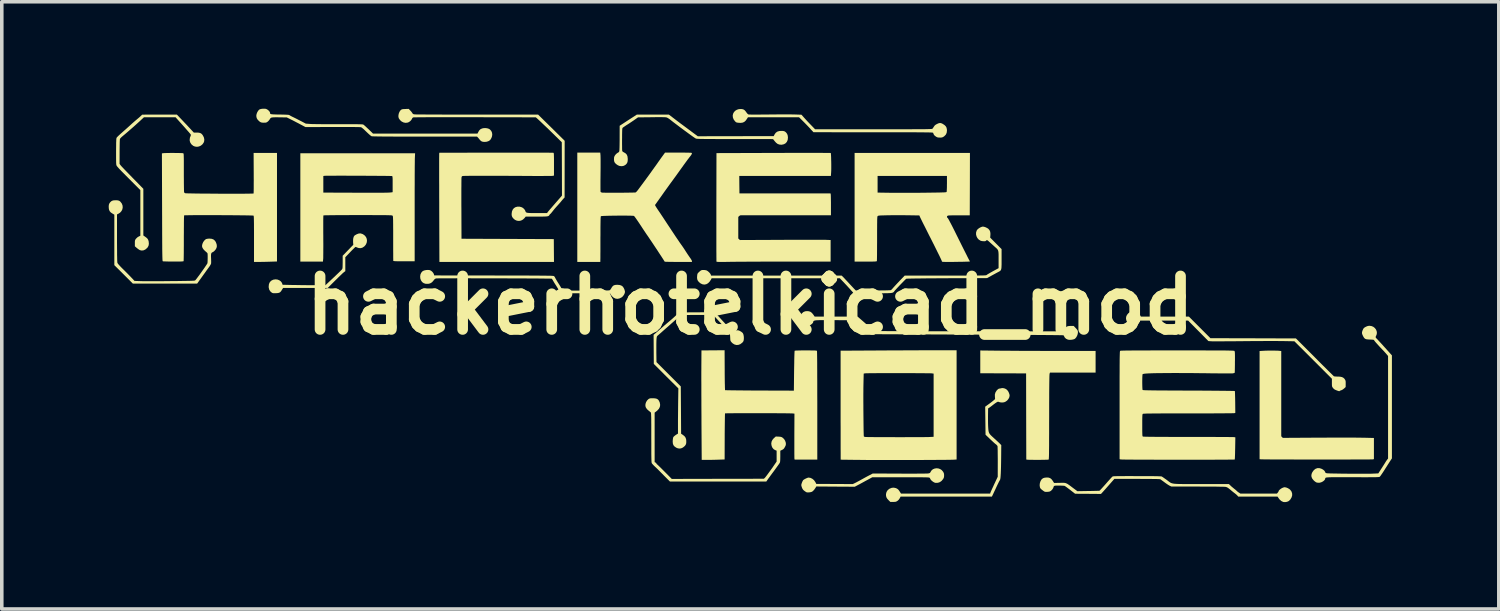
<source format=kicad_pcb>
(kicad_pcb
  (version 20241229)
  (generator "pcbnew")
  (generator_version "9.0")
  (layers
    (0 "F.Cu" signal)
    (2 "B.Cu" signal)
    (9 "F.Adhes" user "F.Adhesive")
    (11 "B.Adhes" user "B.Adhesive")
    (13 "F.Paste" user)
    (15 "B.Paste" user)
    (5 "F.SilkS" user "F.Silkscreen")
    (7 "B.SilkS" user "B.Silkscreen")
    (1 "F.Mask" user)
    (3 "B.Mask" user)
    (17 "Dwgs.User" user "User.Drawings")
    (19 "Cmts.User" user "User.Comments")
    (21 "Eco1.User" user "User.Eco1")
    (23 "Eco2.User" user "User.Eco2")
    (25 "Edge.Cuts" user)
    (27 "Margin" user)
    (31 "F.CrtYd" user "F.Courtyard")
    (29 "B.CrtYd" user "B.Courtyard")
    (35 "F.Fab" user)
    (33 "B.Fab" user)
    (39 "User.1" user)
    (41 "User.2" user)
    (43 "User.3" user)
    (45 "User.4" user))
  (footprint "hackerhotelkicad_mod"
    (layer "F.Cu")
    (at 18.002 5.515)
    (property "Reference" "hackerhotelkicad_mod" (at 0 0 0) (layer "F.SilkS") (effects (font (size 1.5 1.5) (thickness 0.3))))
    (attr board_only exclude_from_pos_files exclude_from_bom)
    (fp_poly (pts (xy 14.719 1.273) (xy 14.778 1.274) (xy 14.824 1.276) (xy 14.84 1.278) (xy 14.898 1.284) (xy 14.898 2.48) (xy 14.898 3.676) (xy 14.92 3.699) (xy 14.942 3.721) (xy 15.942 3.715) (xy 16.084 3.715) (xy 16.225 3.714) (xy 16.364 3.714) (xy 16.5 3.714) (xy 16.629 3.714) (xy 16.751 3.714) (xy 16.864 3.714) (xy 16.966 3.714) (xy 17.056 3.715) (xy 17.131 3.716) (xy 17.191 3.717) (xy 17.219 3.717) (xy 17.498 3.724) (xy 17.498 4.021) (xy 17.498 4.318) (xy 17.468 4.324) (xy 17.456 4.325) (xy 17.427 4.325) (xy 17.381 4.326) (xy 17.32 4.326) (xy 17.245 4.327) (xy 17.157 4.327) (xy 17.058 4.327) (xy 16.949 4.327) (xy 16.83 4.328) (xy 16.703 4.328) (xy 16.57 4.328) (xy 16.431 4.328) (xy 16.288 4.328) (xy 16.142 4.328) (xy 15.994 4.328) (xy 15.845 4.328) (xy 15.697 4.328) (xy 15.55 4.328) (xy 15.406 4.328) (xy 15.266 4.328) (xy 15.132 4.327) (xy 15.003 4.327) (xy 14.883 4.327) (xy 14.771 4.326) (xy 14.67 4.326) (xy 14.579 4.326) (xy 14.502 4.325) (xy 14.437 4.325) (xy 14.388 4.324) (xy 14.355 4.324) (xy 14.339 4.323) (xy 14.29 4.32) (xy 14.29 2.802) (xy 14.29 1.284) (xy 14.389 1.278) (xy 14.446 1.275) (xy 14.512 1.273) (xy 14.582 1.272) (xy 14.653 1.272)) (stroke (width 0) (type solid)) (fill yes) (layer "F.SilkS"))
    (fp_poly (pts (xy 6.993 1.275) (xy 7.078 1.276) (xy 7.179 1.277) (xy 7.295 1.277) (xy 7.423 1.278) (xy 7.562 1.279) (xy 7.709 1.279) (xy 7.862 1.28) (xy 8.019 1.28) (xy 8.179 1.281) (xy 8.338 1.281) (xy 8.495 1.281) (xy 8.611 1.281) (xy 9.689 1.281) (xy 9.689 1.585) (xy 9.689 1.889) (xy 9.049 1.889) (xy 8.409 1.889) (xy 8.398 1.922) (xy 8.396 1.933) (xy 8.395 1.954) (xy 8.393 1.988) (xy 8.392 2.033) (xy 8.391 2.091) (xy 8.39 2.163) (xy 8.389 2.249) (xy 8.388 2.35) (xy 8.387 2.466) (xy 8.387 2.598) (xy 8.386 2.747) (xy 8.386 2.913) (xy 8.386 3.097) (xy 8.386 3.138) (xy 8.385 3.313) (xy 8.385 3.47) (xy 8.385 3.61) (xy 8.384 3.735) (xy 8.384 3.844) (xy 8.384 3.939) (xy 8.383 4.022) (xy 8.382 4.092) (xy 8.382 4.151) (xy 8.381 4.199) (xy 8.38 4.239) (xy 8.378 4.269) (xy 8.377 4.293) (xy 8.376 4.31) (xy 8.374 4.321) (xy 8.372 4.327) (xy 8.37 4.33) (xy 8.358 4.332) (xy 8.33 4.334) (xy 8.289 4.335) (xy 8.238 4.336) (xy 8.179 4.337) (xy 8.115 4.338) (xy 8.049 4.338) (xy 7.984 4.338) (xy 7.923 4.337) (xy 7.867 4.337) (xy 7.821 4.336) (xy 7.787 4.334) (xy 7.769 4.333) (xy 7.744 4.329) (xy 7.741 3.121) (xy 7.739 1.912) (xy 7.117 1.91) (xy 7.01 1.91) (xy 6.909 1.91) (xy 6.814 1.909) (xy 6.728 1.909) (xy 6.651 1.909) (xy 6.586 1.909) (xy 6.535 1.908) (xy 6.498 1.908) (xy 6.477 1.908) (xy 6.474 1.908) (xy 6.453 1.908) (xy 6.453 1.588) (xy 6.453 1.269)) (stroke (width 0) (type solid)) (fill yes) (layer "F.SilkS"))
    (fp_poly (pts (xy -6.338 -4.282) (xy -6.201 -4.282) (xy -6.074 -4.282) (xy -5.958 -4.282) (xy -5.853 -4.281) (xy -5.761 -4.281) (xy -5.683 -4.281) (xy -5.62 -4.28) (xy -5.572 -4.28) (xy -5.541 -4.279) (xy -5.527 -4.279) (xy -5.527 -4.279) (xy -5.522 -4.276) (xy -5.518 -4.272) (xy -5.515 -4.264) (xy -5.512 -4.25) (xy -5.511 -4.228) (xy -5.51 -4.196) (xy -5.509 -4.153) (xy -5.508 -4.097) (xy -5.508 -4.025) (xy -5.508 -3.956) (xy -5.508 -3.639) (xy -5.539 -3.632) (xy -5.553 -3.63) (xy -5.584 -3.629) (xy -5.631 -3.629) (xy -5.692 -3.628) (xy -5.766 -3.628) (xy -5.851 -3.627) (xy -5.946 -3.627) (xy -6.049 -3.627) (xy -6.158 -3.628) (xy -6.273 -3.628) (xy -6.299 -3.629) (xy -6.508 -3.63) (xy -6.706 -3.631) (xy -6.894 -3.632) (xy -7.071 -3.632) (xy -7.235 -3.633) (xy -7.386 -3.633) (xy -7.524 -3.633) (xy -7.648 -3.633) (xy -7.758 -3.632) (xy -7.852 -3.632) (xy -7.931 -3.631) (xy -7.992 -3.63) (xy -8.037 -3.629) (xy -8.065 -3.627) (xy -8.073 -3.626) (xy -8.089 -3.618) (xy -8.099 -3.603) (xy -8.103 -3.579) (xy -8.104 -3.564) (xy -8.105 -3.532) (xy -8.105 -3.484) (xy -8.106 -3.421) (xy -8.106 -3.345) (xy -8.107 -3.258) (xy -8.107 -3.16) (xy -8.107 -3.053) (xy -8.107 -2.939) (xy -8.107 -2.819) (xy -8.106 -2.703) (xy -8.103 -1.866) (xy -6.808 -1.861) (xy -5.513 -1.856) (xy -5.511 -1.536) (xy -5.508 -1.216) (xy -7.115 -1.216) (xy -8.723 -1.216) (xy -8.728 -2.724) (xy -8.728 -2.891) (xy -8.729 -3.053) (xy -8.729 -3.209) (xy -8.729 -3.359) (xy -8.73 -3.5) (xy -8.73 -3.632) (xy -8.73 -3.755) (xy -8.73 -3.866) (xy -8.73 -3.966) (xy -8.73 -4.052) (xy -8.73 -4.125) (xy -8.729 -4.183) (xy -8.729 -4.224) (xy -8.729 -4.249) (xy -8.728 -4.256) (xy -8.724 -4.279) (xy -7.135 -4.282) (xy -6.964 -4.282) (xy -6.797 -4.282) (xy -6.637 -4.282) (xy -6.483 -4.282)) (stroke (width 0) (type solid)) (fill yes) (layer "F.SilkS"))
    (fp_poly (pts (xy -10.889 -2.002) (xy -10.868 -1.993) (xy -10.818 -1.957) (xy -10.782 -1.913) (xy -10.761 -1.862) (xy -10.755 -1.807) (xy -10.764 -1.752) (xy -10.789 -1.699) (xy -10.829 -1.652) (xy -10.879 -1.618) (xy -10.931 -1.602) (xy -10.985 -1.605) (xy -11.025 -1.618) (xy -11.051 -1.629) (xy -11.071 -1.636) (xy -11.076 -1.637) (xy -11.085 -1.63) (xy -11.106 -1.612) (xy -11.134 -1.584) (xy -11.17 -1.549) (xy -11.21 -1.508) (xy -11.225 -1.492) (xy -11.363 -1.348) (xy -11.363 -1.153) (xy -11.363 -0.957) (xy -11.396 -0.933) (xy -11.411 -0.92) (xy -11.438 -0.897) (xy -11.473 -0.863) (xy -11.516 -0.822) (xy -11.565 -0.775) (xy -11.617 -0.723) (xy -11.643 -0.698) (xy -11.856 -0.486) (xy -12.483 -0.486) (xy -13.109 -0.486) (xy -13.141 -0.433) (xy -13.166 -0.394) (xy -13.19 -0.368) (xy -13.217 -0.352) (xy -13.252 -0.343) (xy -13.3 -0.339) (xy -13.31 -0.339) (xy -13.354 -0.338) (xy -13.384 -0.339) (xy -13.404 -0.343) (xy -13.421 -0.351) (xy -13.425 -0.353) (xy -13.469 -0.391) (xy -13.498 -0.438) (xy -13.512 -0.496) (xy -13.513 -0.53) (xy -13.506 -0.593) (xy -13.483 -0.645) (xy -13.446 -0.686) (xy -13.395 -0.713) (xy -13.373 -0.72) (xy -13.317 -0.727) (xy -13.262 -0.72) (xy -13.212 -0.699) (xy -13.17 -0.668) (xy -13.141 -0.627) (xy -13.131 -0.6) (xy -13.124 -0.575) (xy -12.863 -0.569) (xy -12.787 -0.568) (xy -12.697 -0.567) (xy -12.598 -0.565) (xy -12.495 -0.564) (xy -12.393 -0.563) (xy -12.296 -0.563) (xy -12.262 -0.562) (xy -11.922 -0.561) (xy -11.695 -0.774) (xy -11.64 -0.826) (xy -11.589 -0.875) (xy -11.543 -0.919) (xy -11.505 -0.956) (xy -11.476 -0.986) (xy -11.458 -1.005) (xy -11.453 -1.011) (xy -11.447 -1.023) (xy -11.443 -1.04) (xy -11.44 -1.064) (xy -11.439 -1.098) (xy -11.438 -1.146) (xy -11.437 -1.209) (xy -11.437 -1.213) (xy -11.437 -1.389) (xy -11.288 -1.543) (xy -11.139 -1.697) (xy -11.145 -1.769) (xy -11.145 -1.831) (xy -11.139 -1.884) (xy -11.125 -1.927) (xy -11.107 -1.953) (xy -11.088 -1.967) (xy -11.058 -1.984) (xy -11.032 -1.997) (xy -10.982 -2.014) (xy -10.937 -2.016)) (stroke (width 0) (type solid)) (fill yes) (layer "F.SilkS"))
    (fp_poly (pts (xy 10.799 0.168) (xy 10.855 0.194) (xy 10.904 0.234) (xy 10.932 0.272) (xy 10.96 0.318) (xy 11.633 0.318) (xy 12.306 0.318) (xy 12.608 0.621) (xy 12.91 0.924) (xy 14.11 0.927) (xy 15.31 0.931) (xy 15.836 1.457) (xy 15.918 1.54) (xy 15.997 1.619) (xy 16.071 1.693) (xy 16.14 1.761) (xy 16.201 1.822) (xy 16.255 1.876) (xy 16.301 1.92) (xy 16.336 1.955) (xy 16.361 1.979) (xy 16.374 1.991) (xy 16.375 1.993) (xy 16.39 1.996) (xy 16.419 1.999) (xy 16.457 2.001) (xy 16.482 2.001) (xy 16.547 2.004) (xy 16.597 2.014) (xy 16.635 2.031) (xy 16.666 2.057) (xy 16.682 2.079) (xy 16.694 2.098) (xy 16.701 2.117) (xy 16.705 2.139) (xy 16.706 2.17) (xy 16.706 2.206) (xy 16.705 2.295) (xy 16.663 2.334) (xy 16.629 2.361) (xy 16.595 2.38) (xy 16.583 2.384) (xy 16.558 2.393) (xy 16.541 2.401) (xy 16.539 2.404) (xy 16.533 2.41) (xy 16.522 2.411) (xy 16.504 2.407) (xy 16.474 2.397) (xy 16.446 2.386) (xy 16.406 2.369) (xy 16.378 2.351) (xy 16.355 2.327) (xy 16.35 2.321) (xy 16.337 2.303) (xy 16.328 2.288) (xy 16.323 2.271) (xy 16.32 2.248) (xy 16.319 2.214) (xy 16.319 2.171) (xy 16.319 2.062) (xy 15.793 1.536) (xy 15.267 1.011) (xy 14.949 1.005) (xy 14.89 1.004) (xy 14.814 1.004) (xy 14.723 1.003) (xy 14.62 1.003) (xy 14.507 1.003) (xy 14.386 1.004) (xy 14.259 1.004) (xy 14.128 1.005) (xy 13.996 1.006) (xy 13.864 1.007) (xy 13.813 1.008) (xy 13.689 1.009) (xy 13.569 1.01) (xy 13.455 1.011) (xy 13.348 1.011) (xy 13.249 1.012) (xy 13.161 1.012) (xy 13.084 1.012) (xy 13.02 1.012) (xy 12.971 1.012) (xy 12.938 1.011) (xy 12.924 1.01) (xy 12.854 1.005) (xy 12.57 0.718) (xy 12.285 0.43) (xy 11.614 0.43) (xy 10.942 0.43) (xy 10.924 0.466) (xy 10.891 0.513) (xy 10.847 0.549) (xy 10.797 0.572) (xy 10.748 0.58) (xy 10.701 0.572) (xy 10.653 0.551) (xy 10.61 0.521) (xy 10.587 0.495) (xy 10.556 0.438) (xy 10.542 0.38) (xy 10.546 0.325) (xy 10.568 0.273) (xy 10.606 0.226) (xy 10.653 0.192) (xy 10.689 0.174) (xy 10.721 0.162) (xy 10.739 0.159)) (stroke (width 0) (type solid)) (fill yes) (layer "F.SilkS"))
    (fp_poly (pts (xy 1.712 -4.275) (xy 1.828 -4.275) (xy 1.932 -4.275) (xy 2.024 -4.275) (xy 2.102 -4.274) (xy 2.165 -4.274) (xy 2.213 -4.273) (xy 2.244 -4.273) (xy 2.257 -4.272) (xy 2.258 -4.272) (xy 2.261 -4.261) (xy 2.263 -4.234) (xy 2.266 -4.193) (xy 2.268 -4.143) (xy 2.269 -4.085) (xy 2.271 -4.023) (xy 2.272 -3.958) (xy 2.272 -3.895) (xy 2.272 -3.835) (xy 2.271 -3.782) (xy 2.269 -3.738) (xy 2.268 -3.719) (xy 2.261 -3.629) (xy 0.976 -3.629) (xy -0.309 -3.629) (xy -0.307 -3.383) (xy -0.304 -3.138) (xy 0.974 -3.138) (xy 2.252 -3.138) (xy 2.258 -3.105) (xy 2.259 -3.087) (xy 2.26 -3.054) (xy 2.261 -3.007) (xy 2.262 -2.949) (xy 2.263 -2.884) (xy 2.263 -2.813) (xy 2.263 -2.799) (xy 2.263 -2.525) (xy 0.989 -2.525) (xy -0.285 -2.524) (xy -0.311 -2.502) (xy -0.337 -2.479) (xy -0.337 -2.176) (xy -0.337 -1.874) (xy -0.314 -1.852) (xy -0.29 -1.83) (xy 0.858 -1.835) (xy 1.006 -1.836) (xy 1.15 -1.836) (xy 1.289 -1.837) (xy 1.423 -1.837) (xy 1.548 -1.837) (xy 1.666 -1.837) (xy 1.773 -1.837) (xy 1.869 -1.837) (xy 1.952 -1.837) (xy 2.022 -1.837) (xy 2.076 -1.836) (xy 2.114 -1.836) (xy 2.13 -1.835) (xy 2.254 -1.83) (xy 2.254 -1.528) (xy 2.254 -1.225) (xy 1.063 -1.225) (xy 0.906 -1.225) (xy 0.749 -1.225) (xy 0.592 -1.225) (xy 0.438 -1.224) (xy 0.288 -1.224) (xy 0.144 -1.223) (xy 0.008 -1.223) (xy -0.119 -1.222) (xy -0.235 -1.222) (xy -0.338 -1.221) (xy -0.427 -1.22) (xy -0.5 -1.219) (xy -0.536 -1.219) (xy -0.636 -1.217) (xy -0.718 -1.216) (xy -0.785 -1.216) (xy -0.838 -1.216) (xy -0.879 -1.216) (xy -0.908 -1.217) (xy -0.929 -1.219) (xy -0.941 -1.221) (xy -0.948 -1.224) (xy -0.949 -1.226) (xy -0.95 -1.237) (xy -0.95 -1.265) (xy -0.95 -1.31) (xy -0.951 -1.371) (xy -0.951 -1.446) (xy -0.952 -1.536) (xy -0.952 -1.638) (xy -0.952 -1.751) (xy -0.952 -1.876) (xy -0.952 -2.01) (xy -0.952 -2.153) (xy -0.952 -2.304) (xy -0.952 -2.461) (xy -0.952 -2.624) (xy -0.952 -2.754) (xy -0.949 -4.269) (xy 0.65 -4.274) (xy 0.822 -4.274) (xy 0.988 -4.275) (xy 1.149 -4.275) (xy 1.302 -4.275) (xy 1.448 -4.275) (xy 1.585 -4.275)) (stroke (width 0) (type solid)) (fill yes) (layer "F.SilkS"))
    (fp_poly (pts (xy 5.274 4.578) (xy 5.324 4.595) (xy 5.37 4.624) (xy 5.407 4.667) (xy 5.41 4.671) (xy 5.427 4.703) (xy 5.436 4.732) (xy 5.438 4.769) (xy 5.438 4.774) (xy 5.436 4.812) (xy 5.429 4.842) (xy 5.413 4.872) (xy 5.41 4.877) (xy 5.368 4.928) (xy 5.319 4.963) (xy 5.262 4.982) (xy 5.201 4.983) (xy 5.187 4.981) (xy 5.159 4.971) (xy 5.127 4.952) (xy 5.096 4.928) (xy 5.07 4.903) (xy 5.055 4.882) (xy 5.054 4.88) (xy 5.043 4.855) (xy 5.033 4.842) (xy 5.03 4.839) (xy 5.025 4.837) (xy 5.016 4.834) (xy 5.002 4.832) (xy 4.983 4.831) (xy 4.957 4.83) (xy 4.923 4.828) (xy 4.879 4.828) (xy 4.825 4.827) (xy 4.759 4.826) (xy 4.681 4.826) (xy 4.589 4.826) (xy 4.481 4.826) (xy 4.357 4.826) (xy 4.221 4.826) (xy 3.423 4.826) (xy 3.29 4.899) (xy 3.232 4.93) (xy 3.17 4.964) (xy 3.108 4.998) (xy 3.055 5.027) (xy 3.044 5.032) (xy 2.932 5.092) (xy 2.393 5.089) (xy 1.853 5.085) (xy 1.828 5.126) (xy 1.791 5.179) (xy 1.753 5.217) (xy 1.729 5.233) (xy 1.702 5.242) (xy 1.665 5.249) (xy 1.627 5.252) (xy 1.594 5.251) (xy 1.585 5.25) (xy 1.568 5.241) (xy 1.542 5.226) (xy 1.519 5.209) (xy 1.487 5.182) (xy 1.466 5.153) (xy 1.451 5.12) (xy 1.44 5.088) (xy 1.433 5.059) (xy 1.431 5.045) (xy 1.435 5.02) (xy 1.446 4.986) (xy 1.46 4.95) (xy 1.476 4.92) (xy 1.485 4.906) (xy 1.505 4.891) (xy 1.536 4.873) (xy 1.571 4.856) (xy 1.605 4.842) (xy 1.632 4.835) (xy 1.637 4.835) (xy 1.69 4.844) (xy 1.741 4.869) (xy 1.787 4.907) (xy 1.823 4.957) (xy 1.829 4.967) (xy 1.852 5.013) (xy 2.018 5.014) (xy 2.068 5.014) (xy 2.132 5.014) (xy 2.209 5.014) (xy 2.293 5.015) (xy 2.381 5.015) (xy 2.47 5.016) (xy 2.53 5.016) (xy 2.876 5.017) (xy 2.937 4.988) (xy 2.967 4.973) (xy 3.008 4.951) (xy 3.057 4.925) (xy 3.108 4.897) (xy 3.128 4.886) (xy 3.182 4.856) (xy 3.238 4.825) (xy 3.292 4.796) (xy 3.337 4.773) (xy 3.348 4.767) (xy 3.436 4.721) (xy 4.189 4.724) (xy 4.308 4.725) (xy 4.422 4.725) (xy 4.529 4.725) (xy 4.63 4.725) (xy 4.721 4.724) (xy 4.802 4.724) (xy 4.87 4.723) (xy 4.925 4.722) (xy 4.965 4.721) (xy 4.989 4.72) (xy 4.993 4.719) (xy 5.023 4.713) (xy 5.04 4.705) (xy 5.051 4.691) (xy 5.055 4.682) (xy 5.083 4.637) (xy 5.122 4.603) (xy 5.169 4.583) (xy 5.221 4.574)) (stroke (width 0) (type solid)) (fill yes) (layer "F.SilkS"))
    (fp_poly (pts (xy -0.718 1.818) (xy -0.718 1.918) (xy -0.717 2.013) (xy -0.716 2.101) (xy -0.715 2.179) (xy -0.713 2.247) (xy -0.712 2.303) (xy -0.71 2.346) (xy -0.709 2.372) (xy -0.708 2.382) (xy -0.697 2.383) (xy -0.67 2.384) (xy -0.626 2.385) (xy -0.567 2.386) (xy -0.494 2.387) (xy -0.409 2.388) (xy -0.313 2.389) (xy -0.207 2.39) (xy -0.092 2.391) (xy 0.03 2.392) (xy 0.159 2.392) (xy 0.261 2.393) (xy 1.223 2.396) (xy 1.229 1.841) (xy 1.231 1.728) (xy 1.233 1.624) (xy 1.234 1.532) (xy 1.236 1.452) (xy 1.238 1.386) (xy 1.24 1.334) (xy 1.242 1.298) (xy 1.244 1.279) (xy 1.245 1.277) (xy 1.257 1.274) (xy 1.287 1.271) (xy 1.333 1.27) (xy 1.395 1.268) (xy 1.471 1.267) (xy 1.558 1.267) (xy 1.643 1.267) (xy 1.711 1.268) (xy 1.764 1.268) (xy 1.804 1.269) (xy 1.833 1.271) (xy 1.852 1.273) (xy 1.864 1.276) (xy 1.87 1.28) (xy 1.871 1.281) (xy 1.872 1.292) (xy 1.873 1.322) (xy 1.874 1.369) (xy 1.875 1.433) (xy 1.876 1.514) (xy 1.877 1.611) (xy 1.877 1.723) (xy 1.878 1.851) (xy 1.878 1.993) (xy 1.879 2.149) (xy 1.879 2.318) (xy 1.879 2.501) (xy 1.88 2.696) (xy 1.88 2.813) (xy 1.88 4.33) (xy 1.562 4.33) (xy 1.244 4.33) (xy 1.239 4.309) (xy 1.238 4.296) (xy 1.237 4.266) (xy 1.237 4.221) (xy 1.236 4.162) (xy 1.236 4.09) (xy 1.236 4.008) (xy 1.236 3.917) (xy 1.236 3.818) (xy 1.236 3.713) (xy 1.236 3.664) (xy 1.239 3.041) (xy 1.192 3.036) (xy 1.174 3.035) (xy 1.14 3.034) (xy 1.091 3.033) (xy 1.028 3.032) (xy 0.953 3.031) (xy 0.868 3.031) (xy 0.774 3.03) (xy 0.672 3.029) (xy 0.565 3.029) (xy 0.453 3.029) (xy 0.339 3.028) (xy 0.223 3.028) (xy 0.108 3.028) (xy -0.006 3.028) (xy -0.116 3.028) (xy -0.221 3.028) (xy -0.32 3.029) (xy -0.412 3.029) (xy -0.493 3.03) (xy -0.564 3.03) (xy -0.623 3.031) (xy -0.667 3.032) (xy -0.696 3.032) (xy -0.708 3.033) (xy -0.708 3.033) (xy -0.709 3.044) (xy -0.711 3.071) (xy -0.712 3.115) (xy -0.713 3.172) (xy -0.714 3.242) (xy -0.715 3.323) (xy -0.716 3.413) (xy -0.717 3.511) (xy -0.718 3.616) (xy -0.718 3.684) (xy -0.72 4.327) (xy -0.904 4.333) (xy -0.973 4.335) (xy -1.048 4.337) (xy -1.121 4.338) (xy -1.187 4.339) (xy -1.225 4.339) (xy -1.363 4.339) (xy -1.37 3.262) (xy -1.37 3.11) (xy -1.371 2.956) (xy -1.372 2.802) (xy -1.372 2.649) (xy -1.373 2.5) (xy -1.373 2.357) (xy -1.373 2.22) (xy -1.374 2.093) (xy -1.374 1.978) (xy -1.374 1.875) (xy -1.373 1.788) (xy -1.373 1.725) (xy -1.37 1.267) (xy -1.046 1.265) (xy -0.721 1.262)) (stroke (width 0) (type solid)) (fill yes) (layer "F.SilkS"))
    (fp_poly (pts (xy -0.251 -5.506) (xy -0.211 -5.5) (xy -0.178 -5.487) (xy -0.15 -5.464) (xy -0.12 -5.427) (xy -0.11 -5.412) (xy -0.081 -5.375) (xy -0.056 -5.355) (xy -0.049 -5.353) (xy -0.035 -5.352) (xy -0.005 -5.351) (xy 0.041 -5.35) (xy 0.101 -5.35) (xy 0.172 -5.35) (xy 0.253 -5.35) (xy 0.342 -5.351) (xy 0.437 -5.352) (xy 0.512 -5.352) (xy 0.617 -5.354) (xy 0.724 -5.354) (xy 0.828 -5.355) (xy 0.927 -5.355) (xy 1.018 -5.355) (xy 1.1 -5.355) (xy 1.17 -5.354) (xy 1.224 -5.353) (xy 1.242 -5.353) (xy 1.437 -5.346) (xy 1.506 -5.267) (xy 1.537 -5.233) (xy 1.576 -5.19) (xy 1.621 -5.142) (xy 1.668 -5.093) (xy 1.697 -5.063) (xy 1.818 -4.938) (xy 3.457 -4.938) (xy 3.663 -4.938) (xy 3.851 -4.938) (xy 4.022 -4.938) (xy 4.176 -4.938) (xy 4.315 -4.938) (xy 4.44 -4.938) (xy 4.55 -4.939) (xy 4.648 -4.939) (xy 4.733 -4.939) (xy 4.808 -4.94) (xy 4.871 -4.94) (xy 4.925 -4.941) (xy 4.97 -4.942) (xy 5.007 -4.943) (xy 5.037 -4.944) (xy 5.061 -4.945) (xy 5.079 -4.946) (xy 5.092 -4.948) (xy 5.101 -4.949) (xy 5.107 -4.951) (xy 5.11 -4.953) (xy 5.112 -4.954) (xy 5.125 -4.972) (xy 5.143 -4.998) (xy 5.153 -5.014) (xy 5.174 -5.043) (xy 5.201 -5.065) (xy 5.238 -5.086) (xy 5.283 -5.106) (xy 5.321 -5.114) (xy 5.355 -5.109) (xy 5.393 -5.093) (xy 5.401 -5.088) (xy 5.451 -5.055) (xy 5.485 -5.021) (xy 5.506 -4.983) (xy 5.516 -4.936) (xy 5.518 -4.899) (xy 5.51 -4.838) (xy 5.486 -4.787) (xy 5.445 -4.745) (xy 5.426 -4.731) (xy 5.4 -4.716) (xy 5.376 -4.708) (xy 5.346 -4.705) (xy 5.317 -4.705) (xy 5.279 -4.706) (xy 5.252 -4.711) (xy 5.228 -4.721) (xy 5.204 -4.736) (xy 5.175 -4.758) (xy 5.155 -4.78) (xy 5.14 -4.81) (xy 5.131 -4.837) (xy 5.129 -4.839) (xy 5.126 -4.841) (xy 5.12 -4.843) (xy 5.111 -4.844) (xy 5.097 -4.846) (xy 5.079 -4.847) (xy 5.054 -4.848) (xy 5.023 -4.849) (xy 4.984 -4.85) (xy 4.937 -4.851) (xy 4.881 -4.851) (xy 4.815 -4.852) (xy 4.739 -4.852) (xy 4.651 -4.853) (xy 4.55 -4.853) (xy 4.436 -4.854) (xy 4.309 -4.854) (xy 4.167 -4.854) (xy 4.009 -4.854) (xy 3.835 -4.854) (xy 3.643 -4.854) (xy 3.449 -4.854) (xy 1.772 -4.855) (xy 1.688 -4.948) (xy 1.651 -4.988) (xy 1.605 -5.036) (xy 1.556 -5.087) (xy 1.507 -5.137) (xy 1.486 -5.158) (xy 1.368 -5.275) (xy 0.652 -5.275) (xy -0.065 -5.275) (xy -0.097 -5.225) (xy -0.133 -5.176) (xy -0.172 -5.143) (xy -0.217 -5.124) (xy -0.272 -5.117) (xy -0.325 -5.12) (xy -0.362 -5.124) (xy -0.385 -5.129) (xy -0.404 -5.139) (xy -0.422 -5.156) (xy -0.431 -5.165) (xy -0.468 -5.216) (xy -0.488 -5.269) (xy -0.493 -5.322) (xy -0.483 -5.372) (xy -0.459 -5.418) (xy -0.424 -5.456) (xy -0.377 -5.485) (xy -0.321 -5.503) (xy -0.256 -5.507)) (stroke (width 0) (type solid)) (fill yes) (layer "F.SilkS"))
    (fp_poly (pts (xy 5.789 2.795) (xy 5.789 4.328) (xy 5.712 4.333) (xy 5.689 4.334) (xy 5.649 4.335) (xy 5.593 4.336) (xy 5.522 4.337) (xy 5.438 4.338) (xy 5.341 4.338) (xy 5.234 4.339) (xy 5.118 4.34) (xy 4.994 4.34) (xy 4.863 4.341) (xy 4.726 4.341) (xy 4.586 4.341) (xy 4.442 4.342) (xy 4.298 4.342) (xy 4.153 4.342) (xy 4.01 4.342) (xy 3.869 4.342) (xy 3.733 4.342) (xy 3.601 4.342) (xy 3.476 4.341) (xy 3.36 4.341) (xy 3.252 4.341) (xy 3.155 4.34) (xy 3.07 4.339) (xy 3.044 4.339) (xy 2.949 4.338) (xy 2.859 4.337) (xy 2.777 4.336) (xy 2.704 4.335) (xy 2.643 4.334) (xy 2.593 4.334) (xy 2.558 4.333) (xy 2.54 4.332) (xy 2.537 4.332) (xy 2.536 4.323) (xy 2.536 4.296) (xy 2.536 4.252) (xy 2.536 4.192) (xy 2.536 4.118) (xy 2.535 4.029) (xy 2.535 3.928) (xy 2.535 3.815) (xy 2.535 3.692) (xy 2.535 3.558) (xy 2.535 3.416) (xy 2.534 3.265) (xy 2.534 3.108) (xy 2.534 2.945) (xy 2.534 2.802) (xy 2.534 2.602) (xy 3.172 2.602) (xy 3.172 2.701) (xy 3.173 2.803) (xy 3.173 2.907) (xy 3.174 3.011) (xy 3.175 3.114) (xy 3.176 3.214) (xy 3.177 3.308) (xy 3.178 3.396) (xy 3.179 3.475) (xy 3.18 3.543) (xy 3.182 3.6) (xy 3.183 3.643) (xy 3.185 3.671) (xy 3.186 3.681) (xy 3.198 3.689) (xy 3.226 3.695) (xy 3.244 3.697) (xy 3.266 3.697) (xy 3.306 3.698) (xy 3.361 3.699) (xy 3.43 3.699) (xy 3.51 3.7) (xy 3.601 3.7) (xy 3.7 3.701) (xy 3.806 3.701) (xy 3.916 3.701) (xy 4.03 3.701) (xy 4.145 3.702) (xy 4.261 3.702) (xy 4.374 3.701) (xy 4.483 3.701) (xy 4.587 3.701) (xy 4.685 3.701) (xy 4.773 3.7) (xy 4.851 3.7) (xy 4.916 3.699) (xy 4.968 3.698) (xy 5.004 3.698) (xy 5.016 3.697) (xy 5.144 3.691) (xy 5.144 2.805) (xy 5.144 1.918) (xy 5.099 1.912) (xy 5.083 1.91) (xy 5.049 1.909) (xy 5 1.908) (xy 4.938 1.908) (xy 4.863 1.907) (xy 4.777 1.906) (xy 4.683 1.906) (xy 4.581 1.905) (xy 4.473 1.905) (xy 4.36 1.905) (xy 4.245 1.904) (xy 4.129 1.904) (xy 4.013 1.904) (xy 3.899 1.904) (xy 3.789 1.905) (xy 3.683 1.905) (xy 3.585 1.905) (xy 3.495 1.906) (xy 3.414 1.907) (xy 3.345 1.907) (xy 3.289 1.908) (xy 3.248 1.909) (xy 3.223 1.91) (xy 3.216 1.911) (xy 3.182 1.918) (xy 3.175 2.224) (xy 3.174 2.278) (xy 3.173 2.345) (xy 3.173 2.422) (xy 3.172 2.509) (xy 3.172 2.602) (xy 2.534 2.602) (xy 2.534 1.275) (xy 3.622 1.269) (xy 3.776 1.268) (xy 3.934 1.267) (xy 4.094 1.266) (xy 4.253 1.266) (xy 4.41 1.265) (xy 4.562 1.264) (xy 4.707 1.264) (xy 4.844 1.263) (xy 4.97 1.263) (xy 5.083 1.263) (xy 5.181 1.263) (xy 5.249 1.263) (xy 5.789 1.263)) (stroke (width 0) (type solid)) (fill yes) (layer "F.SilkS"))
    (fp_poly (pts (xy -2.675 2.612) (xy -2.627 2.623) (xy -2.591 2.644) (xy -2.565 2.676) (xy -2.544 2.721) (xy -2.539 2.737) (xy -2.529 2.797) (xy -2.538 2.853) (xy -2.565 2.906) (xy -2.611 2.956) (xy -2.63 2.972) (xy -2.684 3.013) (xy -2.684 3.707) (xy -2.684 4.402) (xy -2.661 4.412) (xy -2.642 4.427) (xy -2.633 4.442) (xy -2.625 4.457) (xy -2.619 4.461) (xy -2.611 4.467) (xy -2.591 4.485) (xy -2.562 4.514) (xy -2.524 4.55) (xy -2.48 4.594) (xy -2.431 4.643) (xy -2.407 4.667) (xy -2.203 4.873) (xy -0.911 4.87) (xy 0.382 4.868) (xy 0.406 4.845) (xy 0.419 4.831) (xy 0.441 4.803) (xy 0.47 4.765) (xy 0.504 4.719) (xy 0.541 4.668) (xy 0.581 4.613) (xy 0.62 4.559) (xy 0.656 4.506) (xy 0.689 4.458) (xy 0.739 4.385) (xy 0.739 4.232) (xy 0.739 4.08) (xy 0.698 4.064) (xy 0.655 4.038) (xy 0.621 3.998) (xy 0.599 3.948) (xy 0.589 3.889) (xy 0.589 3.88) (xy 0.597 3.827) (xy 0.62 3.779) (xy 0.659 3.732) (xy 0.671 3.722) (xy 0.715 3.683) (xy 0.791 3.686) (xy 0.833 3.689) (xy 0.862 3.694) (xy 0.886 3.703) (xy 0.905 3.715) (xy 0.947 3.753) (xy 0.978 3.802) (xy 0.996 3.857) (xy 0.998 3.875) (xy 0.998 3.905) (xy 0.993 3.931) (xy 0.98 3.96) (xy 0.97 3.979) (xy 0.95 4.013) (xy 0.93 4.035) (xy 0.904 4.052) (xy 0.89 4.059) (xy 0.842 4.082) (xy 0.842 4.237) (xy 0.841 4.297) (xy 0.84 4.341) (xy 0.838 4.373) (xy 0.835 4.396) (xy 0.83 4.414) (xy 0.825 4.424) (xy 0.815 4.44) (xy 0.796 4.468) (xy 0.768 4.507) (xy 0.734 4.554) (xy 0.696 4.607) (xy 0.655 4.663) (xy 0.654 4.664) (xy 0.612 4.72) (xy 0.573 4.773) (xy 0.538 4.822) (xy 0.508 4.862) (xy 0.487 4.892) (xy 0.475 4.909) (xy 0.449 4.947) (xy -0.902 4.947) (xy -2.254 4.947) (xy -2.42 4.781) (xy -2.466 4.734) (xy -2.508 4.692) (xy -2.543 4.656) (xy -2.571 4.628) (xy -2.589 4.61) (xy -2.595 4.603) (xy -2.606 4.593) (xy -2.627 4.573) (xy -2.655 4.546) (xy -2.678 4.525) (xy -2.71 4.494) (xy -2.737 4.465) (xy -2.757 4.442) (xy -2.764 4.431) (xy -2.767 4.424) (xy -2.769 4.412) (xy -2.771 4.393) (xy -2.773 4.367) (xy -2.774 4.332) (xy -2.775 4.287) (xy -2.776 4.231) (xy -2.777 4.162) (xy -2.777 4.08) (xy -2.777 3.983) (xy -2.777 3.87) (xy -2.778 3.74) (xy -2.778 3.715) (xy -2.778 3.578) (xy -2.778 3.46) (xy -2.778 3.357) (xy -2.779 3.271) (xy -2.779 3.198) (xy -2.78 3.14) (xy -2.782 3.093) (xy -2.783 3.058) (xy -2.785 3.033) (xy -2.787 3.018) (xy -2.789 3.011) (xy -2.789 3.01) (xy -2.803 2.997) (xy -2.826 2.978) (xy -2.848 2.961) (xy -2.898 2.916) (xy -2.93 2.869) (xy -2.943 2.827) (xy -2.941 2.772) (xy -2.924 2.718) (xy -2.894 2.669) (xy -2.854 2.631) (xy -2.853 2.63) (xy -2.835 2.62) (xy -2.814 2.613) (xy -2.787 2.61) (xy -2.748 2.609) (xy -2.738 2.609)) (stroke (width 0) (type solid)) (fill yes) (layer "F.SilkS"))
    (fp_poly (pts (xy 7.123 2.33) (xy 7.166 2.347) (xy 7.199 2.37) (xy 7.23 2.406) (xy 7.255 2.453) (xy 7.272 2.503) (xy 7.276 2.538) (xy 7.267 2.583) (xy 7.244 2.628) (xy 7.21 2.67) (xy 7.168 2.702) (xy 7.123 2.722) (xy 7.088 2.727) (xy 7.047 2.728) (xy 7.007 2.723) (xy 6.975 2.714) (xy 6.968 2.71) (xy 6.955 2.706) (xy 6.94 2.709) (xy 6.916 2.721) (xy 6.9 2.731) (xy 6.867 2.753) (xy 6.828 2.782) (xy 6.792 2.81) (xy 6.76 2.835) (xy 6.729 2.858) (xy 6.705 2.875) (xy 6.704 2.876) (xy 6.673 2.895) (xy 6.67 3.105) (xy 6.67 3.176) (xy 6.67 3.249) (xy 6.671 3.32) (xy 6.673 3.384) (xy 6.676 3.435) (xy 6.676 3.44) (xy 6.68 3.49) (xy 6.685 3.529) (xy 6.693 3.561) (xy 6.705 3.59) (xy 6.723 3.618) (xy 6.749 3.647) (xy 6.785 3.682) (xy 6.833 3.726) (xy 6.852 3.743) (xy 6.895 3.782) (xy 6.935 3.819) (xy 6.97 3.852) (xy 6.996 3.877) (xy 7.007 3.888) (xy 7.042 3.924) (xy 7.039 4.279) (xy 7.037 4.413) (xy 7.035 4.528) (xy 7.032 4.627) (xy 7.029 4.709) (xy 7.025 4.776) (xy 7.021 4.829) (xy 7.016 4.867) (xy 7.01 4.893) (xy 7.003 4.907) (xy 7.003 4.907) (xy 6.994 4.921) (xy 6.979 4.949) (xy 6.96 4.987) (xy 6.938 5.032) (xy 6.925 5.059) (xy 6.899 5.115) (xy 6.873 5.172) (xy 6.847 5.226) (xy 6.826 5.271) (xy 6.821 5.282) (xy 6.78 5.368) (xy 5.499 5.368) (xy 4.218 5.368) (xy 4.195 5.414) (xy 4.16 5.463) (xy 4.129 5.489) (xy 4.106 5.503) (xy 4.086 5.512) (xy 4.062 5.516) (xy 4.029 5.518) (xy 4.007 5.518) (xy 3.929 5.518) (xy 3.878 5.468) (xy 3.84 5.425) (xy 3.817 5.383) (xy 3.808 5.336) (xy 3.808 5.297) (xy 3.822 5.24) (xy 3.852 5.192) (xy 3.896 5.154) (xy 3.912 5.145) (xy 3.972 5.122) (xy 4.029 5.118) (xy 4.085 5.131) (xy 4.098 5.136) (xy 4.127 5.152) (xy 4.15 5.17) (xy 4.172 5.197) (xy 4.189 5.222) (xy 4.229 5.284) (xy 5.48 5.284) (xy 6.731 5.284) (xy 6.737 5.261) (xy 6.743 5.246) (xy 6.755 5.217) (xy 6.773 5.177) (xy 6.796 5.127) (xy 6.822 5.071) (xy 6.843 5.025) (xy 6.943 4.812) (xy 6.944 4.395) (xy 6.944 4.308) (xy 6.943 4.226) (xy 6.942 4.151) (xy 6.942 4.085) (xy 6.94 4.03) (xy 6.939 3.988) (xy 6.938 3.962) (xy 6.937 3.954) (xy 6.925 3.934) (xy 6.903 3.911) (xy 6.89 3.9) (xy 6.87 3.885) (xy 6.84 3.859) (xy 6.803 3.825) (xy 6.761 3.786) (xy 6.726 3.753) (xy 6.601 3.633) (xy 6.596 3.239) (xy 6.591 2.846) (xy 6.674 2.786) (xy 6.727 2.748) (xy 6.774 2.712) (xy 6.814 2.68) (xy 6.844 2.655) (xy 6.862 2.638) (xy 6.866 2.634) (xy 6.868 2.619) (xy 6.866 2.593) (xy 6.864 2.572) (xy 6.862 2.507) (xy 6.878 2.448) (xy 6.912 2.394) (xy 6.924 2.38) (xy 6.957 2.35) (xy 6.983 2.338) (xy 6.988 2.338) (xy 7.014 2.335) (xy 7.041 2.328) (xy 7.079 2.323)) (stroke (width 0) (type solid)) (fill yes) (layer "F.SilkS"))
    (fp_poly (pts (xy -17.765 -2.945) (xy -17.73 -2.939) (xy -17.704 -2.929) (xy -17.681 -2.912) (xy -17.672 -2.903) (xy -17.635 -2.855) (xy -17.614 -2.801) (xy -17.609 -2.746) (xy -17.619 -2.691) (xy -17.644 -2.642) (xy -17.682 -2.599) (xy -17.716 -2.576) (xy -17.769 -2.548) (xy -17.769 -1.889) (xy -17.769 -1.751) (xy -17.768 -1.626) (xy -17.767 -1.516) (xy -17.767 -1.42) (xy -17.765 -1.341) (xy -17.764 -1.278) (xy -17.762 -1.232) (xy -17.76 -1.204) (xy -17.759 -1.196) (xy -17.753 -1.181) (xy -17.74 -1.162) (xy -17.719 -1.137) (xy -17.689 -1.104) (xy -17.648 -1.061) (xy -17.595 -1.008) (xy -17.579 -0.993) (xy -17.528 -0.942) (xy -17.478 -0.892) (xy -17.431 -0.844) (xy -17.39 -0.802) (xy -17.358 -0.768) (xy -17.343 -0.753) (xy -17.278 -0.683) (xy -17.105 -0.677) (xy -17.066 -0.676) (xy -17.01 -0.675) (xy -16.94 -0.675) (xy -16.857 -0.675) (xy -16.764 -0.675) (xy -16.662 -0.675) (xy -16.554 -0.675) (xy -16.441 -0.676) (xy -16.325 -0.677) (xy -16.259 -0.678) (xy -16.131 -0.679) (xy -16.02 -0.68) (xy -15.925 -0.682) (xy -15.845 -0.683) (xy -15.779 -0.684) (xy -15.725 -0.685) (xy -15.681 -0.686) (xy -15.647 -0.688) (xy -15.622 -0.689) (xy -15.603 -0.691) (xy -15.59 -0.693) (xy -15.581 -0.696) (xy -15.575 -0.699) (xy -15.571 -0.702) (xy -15.569 -0.705) (xy -15.551 -0.726) (xy -15.526 -0.758) (xy -15.495 -0.8) (xy -15.459 -0.847) (xy -15.422 -0.899) (xy -15.384 -0.953) (xy -15.346 -1.006) (xy -15.311 -1.056) (xy -15.281 -1.101) (xy -15.256 -1.138) (xy -15.239 -1.165) (xy -15.231 -1.18) (xy -15.231 -1.181) (xy -15.229 -1.201) (xy -15.227 -1.234) (xy -15.226 -1.278) (xy -15.225 -1.327) (xy -15.225 -1.335) (xy -15.225 -1.385) (xy -15.226 -1.421) (xy -15.228 -1.444) (xy -15.231 -1.459) (xy -15.238 -1.469) (xy -15.247 -1.478) (xy -15.25 -1.481) (xy -15.304 -1.528) (xy -15.343 -1.569) (xy -15.368 -1.606) (xy -15.381 -1.641) (xy -15.382 -1.679) (xy -15.373 -1.72) (xy -15.372 -1.723) (xy -15.351 -1.771) (xy -15.321 -1.814) (xy -15.287 -1.846) (xy -15.266 -1.858) (xy -15.24 -1.864) (xy -15.204 -1.869) (xy -15.173 -1.87) (xy -15.11 -1.864) (xy -15.059 -1.844) (xy -15.02 -1.809) (xy -14.997 -1.773) (xy -14.974 -1.713) (xy -14.967 -1.659) (xy -14.977 -1.609) (xy -15.004 -1.561) (xy -15.016 -1.546) (xy -15.043 -1.518) (xy -15.072 -1.496) (xy -15.086 -1.489) (xy -15.105 -1.48) (xy -15.118 -1.467) (xy -15.126 -1.447) (xy -15.131 -1.419) (xy -15.132 -1.378) (xy -15.13 -1.322) (xy -15.129 -1.305) (xy -15.128 -1.26) (xy -15.127 -1.219) (xy -15.128 -1.188) (xy -15.129 -1.173) (xy -15.136 -1.153) (xy -15.152 -1.124) (xy -15.174 -1.089) (xy -15.188 -1.07) (xy -15.209 -1.041) (xy -15.239 -1) (xy -15.274 -0.951) (xy -15.314 -0.895) (xy -15.356 -0.837) (xy -15.381 -0.802) (xy -15.52 -0.608) (xy -16.422 -0.608) (xy -17.325 -0.608) (xy -17.584 -0.867) (xy -17.844 -1.125) (xy -17.844 -1.833) (xy -17.844 -2.542) (xy -17.894 -2.571) (xy -17.942 -2.603) (xy -17.974 -2.639) (xy -17.993 -2.681) (xy -18 -2.725) (xy -18.002 -2.782) (xy -17.996 -2.826) (xy -17.981 -2.861) (xy -17.963 -2.886) (xy -17.934 -2.915) (xy -17.903 -2.933) (xy -17.866 -2.943) (xy -17.817 -2.946) (xy -17.812 -2.946)) (stroke (width 0) (type solid)) (fill yes) (layer "F.SilkS"))
    (fp_poly (pts (xy -2.134 -5.235) (xy -2.082 -5.195) (xy -2.029 -5.155) (xy -1.979 -5.117) (xy -1.936 -5.085) (xy -1.906 -5.063) (xy -1.875 -5.04) (xy -1.833 -5.009) (xy -1.782 -4.971) (xy -1.727 -4.93) (xy -1.671 -4.889) (xy -1.651 -4.873) (xy -1.473 -4.742) (xy -0.408 -4.744) (xy 0.657 -4.746) (xy 0.682 -4.794) (xy 0.714 -4.839) (xy 0.757 -4.871) (xy 0.813 -4.888) (xy 0.866 -4.892) (xy 0.915 -4.891) (xy 0.951 -4.884) (xy 0.979 -4.869) (xy 1.006 -4.846) (xy 1.006 -4.845) (xy 1.033 -4.809) (xy 1.049 -4.767) (xy 1.056 -4.714) (xy 1.056 -4.699) (xy 1.049 -4.637) (xy 1.026 -4.585) (xy 0.991 -4.545) (xy 0.943 -4.518) (xy 0.885 -4.505) (xy 0.866 -4.504) (xy 0.812 -4.51) (xy 0.765 -4.528) (xy 0.722 -4.562) (xy 0.683 -4.606) (xy 0.639 -4.662) (xy -0.431 -4.663) (xy -0.596 -4.663) (xy -0.743 -4.663) (xy -0.874 -4.663) (xy -0.989 -4.664) (xy -1.089 -4.664) (xy -1.176 -4.665) (xy -1.25 -4.665) (xy -1.313 -4.666) (xy -1.365 -4.667) (xy -1.408 -4.667) (xy -1.443 -4.669) (xy -1.47 -4.67) (xy -1.491 -4.671) (xy -1.507 -4.673) (xy -1.518 -4.675) (xy -1.526 -4.677) (xy -1.532 -4.68) (xy -1.532 -4.68) (xy -1.55 -4.691) (xy -1.58 -4.711) (xy -1.622 -4.74) (xy -1.672 -4.776) (xy -1.73 -4.818) (xy -1.792 -4.864) (xy -1.858 -4.912) (xy -1.924 -4.961) (xy -1.99 -5.01) (xy -2.053 -5.058) (xy -2.111 -5.102) (xy -2.163 -5.141) (xy -2.206 -5.175) (xy -2.235 -5.198) (xy -2.27 -5.225) (xy -2.305 -5.248) (xy -2.333 -5.264) (xy -2.343 -5.268) (xy -2.356 -5.271) (xy -2.375 -5.274) (xy -2.403 -5.276) (xy -2.44 -5.277) (xy -2.488 -5.278) (xy -2.55 -5.278) (xy -2.625 -5.278) (xy -2.718 -5.277) (xy -2.766 -5.276) (xy -3.151 -5.272) (xy -3.238 -5.21) (xy -3.28 -5.181) (xy -3.332 -5.146) (xy -3.387 -5.109) (xy -3.438 -5.076) (xy -3.442 -5.074) (xy -3.485 -5.047) (xy -3.523 -5.021) (xy -3.554 -5) (xy -3.573 -4.986) (xy -3.577 -4.983) (xy -3.582 -4.977) (xy -3.586 -4.97) (xy -3.59 -4.959) (xy -3.592 -4.941) (xy -3.594 -4.916) (xy -3.595 -4.882) (xy -3.596 -4.835) (xy -3.597 -4.774) (xy -3.597 -4.698) (xy -3.598 -4.664) (xy -3.598 -4.59) (xy -3.598 -4.52) (xy -3.597 -4.458) (xy -3.597 -4.407) (xy -3.596 -4.367) (xy -3.595 -4.343) (xy -3.594 -4.336) (xy -3.588 -4.319) (xy -3.572 -4.304) (xy -3.543 -4.288) (xy -3.537 -4.285) (xy -3.494 -4.258) (xy -3.464 -4.223) (xy -3.446 -4.178) (xy -3.439 -4.12) (xy -3.438 -4.097) (xy -3.441 -4.043) (xy -3.452 -4.002) (xy -3.472 -3.969) (xy -3.498 -3.943) (xy -3.546 -3.914) (xy -3.601 -3.902) (xy -3.661 -3.907) (xy -3.675 -3.911) (xy -3.716 -3.928) (xy -3.757 -3.956) (xy -3.791 -3.987) (xy -3.805 -4.006) (xy -3.82 -4.043) (xy -3.825 -4.091) (xy -3.822 -4.145) (xy -3.819 -4.16) (xy -3.806 -4.191) (xy -3.782 -4.225) (xy -3.751 -4.256) (xy -3.719 -4.279) (xy -3.714 -4.281) (xy -3.69 -4.296) (xy -3.678 -4.315) (xy -3.674 -4.335) (xy -3.672 -4.353) (xy -3.671 -4.387) (xy -3.669 -4.435) (xy -3.668 -4.494) (xy -3.667 -4.563) (xy -3.666 -4.638) (xy -3.666 -4.704) (xy -3.665 -5.036) (xy -3.425 -5.193) (xy -3.184 -5.349) (xy -2.734 -5.349) (xy -2.284 -5.349)) (stroke (width 0) (type solid)) (fill yes) (layer "F.SilkS"))
    (fp_poly (pts (xy -9.001 -0.987) (xy -8.986 -0.983) (xy -8.952 -0.965) (xy -8.918 -0.935) (xy -8.892 -0.901) (xy -8.877 -0.87) (xy -8.869 -0.837) (xy -7.196 -0.835) (xy -6.989 -0.834) (xy -6.799 -0.834) (xy -6.626 -0.834) (xy -6.469 -0.833) (xy -6.328 -0.833) (xy -6.201 -0.833) (xy -6.089 -0.832) (xy -5.989 -0.832) (xy -5.901 -0.831) (xy -5.825 -0.831) (xy -5.76 -0.83) (xy -5.704 -0.829) (xy -5.657 -0.829) (xy -5.618 -0.828) (xy -5.587 -0.827) (xy -5.562 -0.825) (xy -5.543 -0.824) (xy -5.529 -0.823) (xy -5.519 -0.821) (xy -5.512 -0.819) (xy -5.508 -0.818) (xy -5.505 -0.816) (xy -5.489 -0.796) (xy -5.474 -0.77) (xy -5.474 -0.768) (xy -5.464 -0.749) (xy -5.446 -0.718) (xy -5.423 -0.679) (xy -5.395 -0.633) (xy -5.372 -0.598) (xy -5.343 -0.551) (xy -5.317 -0.508) (xy -5.297 -0.473) (xy -5.283 -0.447) (xy -5.279 -0.436) (xy -5.272 -0.411) (xy -4.611 -0.411) (xy -4.484 -0.411) (xy -4.374 -0.412) (xy -4.28 -0.412) (xy -4.202 -0.412) (xy -4.136 -0.412) (xy -4.083 -0.413) (xy -4.04 -0.414) (xy -4.007 -0.415) (xy -3.982 -0.416) (xy -3.964 -0.418) (xy -3.951 -0.42) (xy -3.943 -0.423) (xy -3.938 -0.426) (xy -3.934 -0.429) (xy -3.932 -0.431) (xy -3.917 -0.451) (xy -3.899 -0.479) (xy -3.891 -0.494) (xy -3.864 -0.532) (xy -3.833 -0.557) (xy -3.792 -0.57) (xy -3.739 -0.574) (xy -3.731 -0.574) (xy -3.671 -0.569) (xy -3.625 -0.556) (xy -3.589 -0.534) (xy -3.569 -0.512) (xy -3.546 -0.475) (xy -3.528 -0.432) (xy -3.518 -0.391) (xy -3.516 -0.375) (xy -3.523 -0.34) (xy -3.541 -0.3) (xy -3.567 -0.262) (xy -3.596 -0.231) (xy -3.604 -0.225) (xy -3.662 -0.194) (xy -3.72 -0.18) (xy -3.775 -0.185) (xy -3.78 -0.187) (xy -3.835 -0.213) (xy -3.882 -0.255) (xy -3.906 -0.287) (xy -3.938 -0.337) (xy -4.624 -0.337) (xy -5.311 -0.337) (xy -5.334 -0.367) (xy -5.348 -0.388) (xy -5.369 -0.421) (xy -5.392 -0.459) (xy -5.406 -0.482) (xy -5.429 -0.52) (xy -5.451 -0.556) (xy -5.469 -0.583) (xy -5.476 -0.594) (xy -5.491 -0.617) (xy -5.51 -0.649) (xy -5.528 -0.68) (xy -5.545 -0.71) (xy -5.562 -0.734) (xy -5.573 -0.745) (xy -5.573 -0.745) (xy -5.584 -0.746) (xy -5.613 -0.747) (xy -5.657 -0.748) (xy -5.717 -0.748) (xy -5.791 -0.749) (xy -5.878 -0.75) (xy -5.976 -0.751) (xy -6.085 -0.751) (xy -6.204 -0.752) (xy -6.33 -0.753) (xy -6.463 -0.753) (xy -6.603 -0.754) (xy -6.747 -0.754) (xy -6.894 -0.755) (xy -7.044 -0.755) (xy -7.195 -0.755) (xy -7.346 -0.756) (xy -7.495 -0.756) (xy -7.642 -0.756) (xy -7.786 -0.756) (xy -7.925 -0.757) (xy -8.058 -0.757) (xy -8.184 -0.757) (xy -8.302 -0.756) (xy -8.411 -0.756) (xy -8.508 -0.756) (xy -8.595 -0.756) (xy -8.668 -0.755) (xy -8.727 -0.755) (xy -8.771 -0.754) (xy -8.798 -0.753) (xy -8.807 -0.753) (xy -8.831 -0.748) (xy -8.85 -0.737) (xy -8.869 -0.718) (xy -8.886 -0.696) (xy -8.924 -0.652) (xy -8.963 -0.623) (xy -9.006 -0.607) (xy -9.042 -0.601) (xy -9.108 -0.602) (xy -9.162 -0.619) (xy -9.207 -0.651) (xy -9.24 -0.699) (xy -9.241 -0.7) (xy -9.259 -0.753) (xy -9.263 -0.809) (xy -9.255 -0.863) (xy -9.234 -0.911) (xy -9.202 -0.949) (xy -9.18 -0.964) (xy -9.143 -0.978) (xy -9.095 -0.988) (xy -9.045 -0.991)) (stroke (width 0) (type solid)) (fill yes) (layer "F.SilkS"))
    (fp_poly (pts (xy 1.647 0.169) (xy 1.691 0.185) (xy 1.729 0.215) (xy 1.766 0.26) (xy 1.806 0.318) (xy 2.409 0.318) (xy 3.011 0.318) (xy 3.231 0.509) (xy 3.286 0.557) (xy 3.337 0.602) (xy 3.383 0.641) (xy 3.421 0.673) (xy 3.45 0.698) (xy 3.468 0.712) (xy 3.471 0.714) (xy 3.475 0.716) (xy 3.483 0.717) (xy 3.494 0.718) (xy 3.51 0.719) (xy 3.532 0.72) (xy 3.559 0.721) (xy 3.593 0.722) (xy 3.635 0.723) (xy 3.684 0.724) (xy 3.742 0.725) (xy 3.809 0.725) (xy 3.886 0.726) (xy 3.973 0.726) (xy 4.071 0.727) (xy 4.181 0.727) (xy 4.303 0.728) (xy 4.438 0.728) (xy 4.587 0.728) (xy 4.75 0.729) (xy 4.928 0.729) (xy 5.121 0.729) (xy 5.33 0.729) (xy 5.556 0.729) (xy 5.799 0.73) (xy 6.06 0.73) (xy 6.107 0.73) (xy 6.327 0.73) (xy 6.542 0.73) (xy 6.752 0.73) (xy 6.956 0.73) (xy 7.153 0.73) (xy 7.341 0.731) (xy 7.522 0.731) (xy 7.693 0.731) (xy 7.854 0.731) (xy 8.004 0.731) (xy 8.142 0.731) (xy 8.269 0.731) (xy 8.382 0.731) (xy 8.481 0.731) (xy 8.566 0.731) (xy 8.635 0.731) (xy 8.689 0.731) (xy 8.725 0.731) (xy 8.744 0.731) (xy 8.746 0.73) (xy 8.762 0.726) (xy 8.778 0.714) (xy 8.799 0.69) (xy 8.815 0.667) (xy 8.845 0.63) (xy 8.873 0.604) (xy 8.904 0.589) (xy 8.944 0.582) (xy 8.997 0.58) (xy 8.998 0.58) (xy 9.074 0.58) (xy 9.112 0.62) (xy 9.147 0.657) (xy 9.17 0.685) (xy 9.184 0.708) (xy 9.191 0.73) (xy 9.193 0.755) (xy 9.193 0.762) (xy 9.186 0.81) (xy 9.169 0.858) (xy 9.144 0.902) (xy 9.114 0.936) (xy 9.095 0.948) (xy 9.059 0.96) (xy 9.014 0.968) (xy 8.967 0.971) (xy 8.925 0.967) (xy 8.911 0.964) (xy 8.86 0.94) (xy 8.825 0.907) (xy 8.814 0.887) (xy 8.801 0.862) (xy 8.79 0.845) (xy 8.787 0.842) (xy 8.777 0.842) (xy 8.749 0.841) (xy 8.703 0.84) (xy 8.64 0.839) (xy 8.56 0.838) (xy 8.465 0.837) (xy 8.355 0.836) (xy 8.23 0.835) (xy 8.091 0.834) (xy 7.938 0.833) (xy 7.772 0.832) (xy 7.594 0.83) (xy 7.404 0.829) (xy 7.203 0.828) (xy 6.991 0.827) (xy 6.769 0.826) (xy 6.538 0.825) (xy 6.297 0.824) (xy 6.107 0.823) (xy 3.437 0.812) (xy 3.39 0.768) (xy 3.362 0.742) (xy 3.323 0.707) (xy 3.276 0.665) (xy 3.224 0.621) (xy 3.172 0.576) (xy 3.122 0.534) (xy 3.078 0.497) (xy 3.044 0.469) (xy 3.033 0.461) (xy 2.982 0.421) (xy 2.559 0.419) (xy 2.426 0.418) (xy 2.309 0.417) (xy 2.209 0.417) (xy 2.124 0.417) (xy 2.052 0.417) (xy 1.992 0.418) (xy 1.943 0.418) (xy 1.904 0.419) (xy 1.873 0.421) (xy 1.849 0.422) (xy 1.831 0.424) (xy 1.816 0.427) (xy 1.807 0.429) (xy 1.781 0.439) (xy 1.769 0.451) (xy 1.768 0.459) (xy 1.759 0.49) (xy 1.733 0.521) (xy 1.694 0.55) (xy 1.639 0.572) (xy 1.583 0.577) (xy 1.529 0.565) (xy 1.479 0.539) (xy 1.437 0.498) (xy 1.422 0.474) (xy 1.397 0.425) (xy 1.387 0.382) (xy 1.39 0.341) (xy 1.407 0.295) (xy 1.413 0.282) (xy 1.448 0.228) (xy 1.489 0.191) (xy 1.538 0.17) (xy 1.594 0.164)) (stroke (width 0) (type solid)) (fill yes) (layer "F.SilkS"))
    (fp_poly (pts (xy -9.411 -4.145) (xy -9.412 -4.122) (xy -9.413 -4.081) (xy -9.413 -4.024) (xy -9.414 -3.952) (xy -9.415 -3.865) (xy -9.415 -3.766) (xy -9.416 -3.655) (xy -9.416 -3.532) (xy -9.416 -3.401) (xy -9.417 -3.261) (xy -9.417 -3.114) (xy -9.417 -2.96) (xy -9.417 -2.802) (xy -9.417 -2.64) (xy -9.417 -2.63) (xy -9.417 -1.234) (xy -9.717 -1.234) (xy -9.8 -1.235) (xy -9.866 -1.235) (xy -9.917 -1.235) (xy -9.955 -1.236) (xy -9.982 -1.238) (xy -10 -1.24) (xy -10.011 -1.242) (xy -10.016 -1.246) (xy -10.018 -1.25) (xy -10.018 -1.251) (xy -10.018 -1.263) (xy -10.018 -1.292) (xy -10.019 -1.336) (xy -10.019 -1.395) (xy -10.019 -1.466) (xy -10.02 -1.547) (xy -10.02 -1.638) (xy -10.02 -1.736) (xy -10.02 -1.84) (xy -10.02 -1.882) (xy -10.02 -2.004) (xy -10.02 -2.11) (xy -10.021 -2.199) (xy -10.021 -2.273) (xy -10.022 -2.335) (xy -10.022 -2.384) (xy -10.024 -2.423) (xy -10.025 -2.453) (xy -10.026 -2.475) (xy -10.028 -2.491) (xy -10.031 -2.501) (xy -10.034 -2.508) (xy -10.037 -2.512) (xy -10.037 -2.513) (xy -10.041 -2.516) (xy -10.046 -2.518) (xy -10.054 -2.52) (xy -10.066 -2.522) (xy -10.084 -2.524) (xy -10.107 -2.525) (xy -10.138 -2.526) (xy -10.177 -2.527) (xy -10.225 -2.528) (xy -10.284 -2.528) (xy -10.355 -2.529) (xy -10.438 -2.529) (xy -10.535 -2.529) (xy -10.647 -2.53) (xy -10.774 -2.53) (xy -10.919 -2.53) (xy -11.013 -2.53) (xy -11.189 -2.53) (xy -11.347 -2.529) (xy -11.488 -2.529) (xy -11.612 -2.528) (xy -11.718 -2.527) (xy -11.806 -2.526) (xy -11.876 -2.525) (xy -11.928 -2.524) (xy -11.962 -2.522) (xy -11.978 -2.521) (xy -11.978 -2.52) (xy -11.979 -2.51) (xy -11.98 -2.482) (xy -11.981 -2.438) (xy -11.982 -2.381) (xy -11.982 -2.312) (xy -11.982 -2.232) (xy -11.982 -2.143) (xy -11.982 -2.047) (xy -11.981 -1.945) (xy -11.981 -1.931) (xy -11.981 -1.827) (xy -11.98 -1.726) (xy -11.98 -1.632) (xy -11.981 -1.545) (xy -11.981 -1.467) (xy -11.982 -1.401) (xy -11.982 -1.348) (xy -11.983 -1.31) (xy -11.985 -1.289) (xy -11.985 -1.288) (xy -11.991 -1.225) (xy -12.308 -1.225) (xy -12.625 -1.225) (xy -12.625 -2.745) (xy -12.625 -3.161) (xy -11.98 -3.161) (xy -11.145 -3.158) (xy -10.982 -3.157) (xy -10.836 -3.157) (xy -10.707 -3.157) (xy -10.594 -3.157) (xy -10.495 -3.157) (xy -10.409 -3.157) (xy -10.336 -3.157) (xy -10.273 -3.158) (xy -10.221 -3.159) (xy -10.178 -3.16) (xy -10.143 -3.161) (xy -10.115 -3.163) (xy -10.092 -3.165) (xy -10.075 -3.167) (xy -10.07 -3.167) (xy -10.035 -3.173) (xy -10.035 -3.395) (xy -10.035 -3.465) (xy -10.035 -3.52) (xy -10.036 -3.559) (xy -10.038 -3.587) (xy -10.04 -3.606) (xy -10.043 -3.617) (xy -10.048 -3.623) (xy -10.051 -3.625) (xy -10.062 -3.626) (xy -10.091 -3.627) (xy -10.135 -3.628) (xy -10.193 -3.629) (xy -10.264 -3.63) (xy -10.346 -3.631) (xy -10.437 -3.631) (xy -10.536 -3.632) (xy -10.642 -3.633) (xy -10.752 -3.633) (xy -10.866 -3.634) (xy -10.981 -3.634) (xy -11.097 -3.635) (xy -11.212 -3.635) (xy -11.323 -3.635) (xy -11.43 -3.636) (xy -11.531 -3.636) (xy -11.625 -3.635) (xy -11.71 -3.635) (xy -11.784 -3.635) (xy -11.846 -3.634) (xy -11.895 -3.634) (xy -11.928 -3.633) (xy -11.945 -3.632) (xy -11.945 -3.632) (xy -11.98 -3.627) (xy -11.98 -3.394) (xy -11.98 -3.161) (xy -12.625 -3.161) (xy -12.625 -4.265) (xy -11.015 -4.265) (xy -9.405 -4.265)) (stroke (width 0) (type solid)) (fill yes) (layer "F.SilkS"))
    (fp_poly (pts (xy 17.431 0.584) (xy 17.481 0.605) (xy 17.523 0.638) (xy 17.555 0.679) (xy 17.575 0.726) (xy 17.582 0.776) (xy 17.573 0.826) (xy 17.563 0.849) (xy 17.549 0.878) (xy 17.546 0.898) (xy 17.556 0.916) (xy 17.576 0.937) (xy 17.591 0.952) (xy 17.615 0.978) (xy 17.649 1.015) (xy 17.69 1.059) (xy 17.736 1.109) (xy 17.785 1.164) (xy 17.806 1.187) (xy 18.003 1.406) (xy 18.003 2.851) (xy 18.003 4.297) (xy 17.962 4.358) (xy 17.945 4.384) (xy 17.921 4.422) (xy 17.89 4.47) (xy 17.856 4.524) (xy 17.819 4.581) (xy 17.802 4.609) (xy 17.767 4.663) (xy 17.735 4.712) (xy 17.706 4.754) (xy 17.683 4.787) (xy 17.666 4.807) (xy 17.661 4.813) (xy 17.655 4.816) (xy 17.646 4.818) (xy 17.632 4.82) (xy 17.612 4.821) (xy 17.584 4.823) (xy 17.549 4.824) (xy 17.503 4.825) (xy 17.447 4.825) (xy 17.379 4.825) (xy 17.297 4.826) (xy 17.201 4.826) (xy 17.088 4.825) (xy 16.959 4.825) (xy 16.911 4.825) (xy 16.772 4.824) (xy 16.651 4.824) (xy 16.546 4.824) (xy 16.457 4.824) (xy 16.381 4.824) (xy 16.318 4.825) (xy 16.267 4.826) (xy 16.226 4.828) (xy 16.194 4.83) (xy 16.171 4.833) (xy 16.154 4.837) (xy 16.143 4.841) (xy 16.136 4.846) (xy 16.133 4.852) (xy 16.132 4.858) (xy 16.132 4.862) (xy 16.124 4.889) (xy 16.101 4.917) (xy 16.068 4.943) (xy 16.028 4.964) (xy 15.986 4.977) (xy 15.967 4.98) (xy 15.932 4.98) (xy 15.898 4.975) (xy 15.889 4.973) (xy 15.866 4.961) (xy 15.836 4.939) (xy 15.809 4.915) (xy 15.769 4.866) (xy 15.747 4.816) (xy 15.743 4.765) (xy 15.757 4.712) (xy 15.774 4.679) (xy 15.813 4.626) (xy 15.859 4.59) (xy 15.91 4.571) (xy 15.965 4.57) (xy 15.984 4.574) (xy 16.032 4.59) (xy 16.074 4.614) (xy 16.108 4.643) (xy 16.128 4.673) (xy 16.129 4.676) (xy 16.137 4.696) (xy 16.148 4.707) (xy 16.17 4.712) (xy 16.185 4.715) (xy 16.207 4.716) (xy 16.246 4.718) (xy 16.299 4.72) (xy 16.366 4.721) (xy 16.442 4.722) (xy 16.527 4.724) (xy 16.619 4.725) (xy 16.715 4.726) (xy 16.814 4.727) (xy 16.913 4.728) (xy 17.01 4.728) (xy 17.103 4.728) (xy 17.191 4.728) (xy 17.271 4.728) (xy 17.342 4.728) (xy 17.4 4.727) (xy 17.444 4.726) (xy 17.459 4.725) (xy 17.622 4.718) (xy 17.709 4.582) (xy 17.74 4.534) (xy 17.77 4.487) (xy 17.796 4.446) (xy 17.816 4.414) (xy 17.824 4.4) (xy 17.844 4.369) (xy 17.864 4.34) (xy 17.874 4.327) (xy 17.895 4.301) (xy 17.895 2.863) (xy 17.895 1.424) (xy 17.858 1.379) (xy 17.838 1.355) (xy 17.808 1.322) (xy 17.772 1.283) (xy 17.734 1.243) (xy 17.722 1.23) (xy 17.674 1.18) (xy 17.629 1.131) (xy 17.588 1.085) (xy 17.552 1.045) (xy 17.524 1.011) (xy 17.506 0.987) (xy 17.498 0.974) (xy 17.498 0.973) (xy 17.489 0.97) (xy 17.465 0.966) (xy 17.43 0.964) (xy 17.387 0.962) (xy 17.386 0.962) (xy 17.33 0.959) (xy 17.288 0.954) (xy 17.258 0.944) (xy 17.235 0.928) (xy 17.215 0.903) (xy 17.195 0.868) (xy 17.191 0.861) (xy 17.172 0.818) (xy 17.163 0.784) (xy 17.165 0.751) (xy 17.177 0.712) (xy 17.185 0.694) (xy 17.2 0.662) (xy 17.215 0.641) (xy 17.236 0.624) (xy 17.266 0.607) (xy 17.307 0.588) (xy 17.342 0.579) (xy 17.375 0.576)) (stroke (width 0) (type solid)) (fill yes) (layer "F.SilkS"))
    (fp_poly (pts (xy -16.351 -5.35) (xy -16.309 -5.35) (xy -16.088 -5.349) (xy -15.916 -5.168) (xy -15.866 -5.115) (xy -15.816 -5.063) (xy -15.77 -5.013) (xy -15.729 -4.969) (xy -15.696 -4.934) (xy -15.679 -4.915) (xy -15.613 -4.844) (xy -15.537 -4.845) (xy -15.479 -4.843) (xy -15.435 -4.833) (xy -15.4 -4.813) (xy -15.372 -4.783) (xy -15.366 -4.775) (xy -15.334 -4.716) (xy -15.32 -4.658) (xy -15.323 -4.604) (xy -15.336 -4.566) (xy -15.371 -4.516) (xy -15.416 -4.479) (xy -15.469 -4.455) (xy -15.525 -4.446) (xy -15.581 -4.453) (xy -15.628 -4.472) (xy -15.676 -4.51) (xy -15.71 -4.558) (xy -15.728 -4.612) (xy -15.73 -4.642) (xy -15.723 -4.702) (xy -15.71 -4.734) (xy -15.698 -4.767) (xy -15.699 -4.79) (xy -15.699 -4.79) (xy -15.707 -4.801) (xy -15.726 -4.824) (xy -15.754 -4.857) (xy -15.791 -4.899) (xy -15.834 -4.948) (xy -15.881 -5.002) (xy -15.916 -5.041) (xy -16.126 -5.275) (xy -16.57 -5.275) (xy -17.013 -5.275) (xy -17.122 -5.173) (xy -17.175 -5.125) (xy -17.237 -5.069) (xy -17.305 -5.008) (xy -17.375 -4.947) (xy -17.444 -4.887) (xy -17.509 -4.831) (xy -17.566 -4.783) (xy -17.603 -4.752) (xy -17.636 -4.724) (xy -17.663 -4.698) (xy -17.681 -4.676) (xy -17.686 -4.668) (xy -17.689 -4.652) (xy -17.691 -4.619) (xy -17.693 -4.57) (xy -17.694 -4.507) (xy -17.695 -4.431) (xy -17.696 -4.344) (xy -17.696 -4.305) (xy -17.697 -3.968) (xy -17.675 -3.936) (xy -17.663 -3.921) (xy -17.64 -3.895) (xy -17.607 -3.86) (xy -17.567 -3.818) (xy -17.521 -3.77) (xy -17.471 -3.719) (xy -17.461 -3.708) (xy -17.404 -3.65) (xy -17.345 -3.589) (xy -17.286 -3.529) (xy -17.23 -3.472) (xy -17.182 -3.423) (xy -17.149 -3.389) (xy -17.03 -3.267) (xy -17.03 -2.612) (xy -17.03 -1.958) (xy -16.977 -1.921) (xy -16.937 -1.891) (xy -16.91 -1.863) (xy -16.893 -1.832) (xy -16.882 -1.795) (xy -16.88 -1.786) (xy -16.875 -1.722) (xy -16.885 -1.668) (xy -16.911 -1.622) (xy -16.924 -1.607) (xy -16.973 -1.565) (xy -17.024 -1.541) (xy -17.075 -1.535) (xy -17.125 -1.546) (xy -17.152 -1.561) (xy -17.186 -1.585) (xy -17.22 -1.613) (xy -17.231 -1.622) (xy -17.268 -1.655) (xy -17.268 -1.738) (xy -17.268 -1.779) (xy -17.266 -1.807) (xy -17.26 -1.828) (xy -17.251 -1.847) (xy -17.24 -1.863) (xy -17.199 -1.904) (xy -17.163 -1.927) (xy -17.114 -1.95) (xy -17.114 -2.59) (xy -17.114 -3.231) (xy -17.445 -3.563) (xy -17.521 -3.639) (xy -17.585 -3.704) (xy -17.638 -3.757) (xy -17.68 -3.801) (xy -17.714 -3.837) (xy -17.739 -3.865) (xy -17.758 -3.887) (xy -17.772 -3.904) (xy -17.78 -3.918) (xy -17.785 -3.929) (xy -17.787 -3.935) (xy -17.79 -3.957) (xy -17.793 -3.996) (xy -17.794 -4.054) (xy -17.795 -4.129) (xy -17.795 -4.222) (xy -17.795 -4.329) (xy -17.794 -4.42) (xy -17.793 -4.494) (xy -17.793 -4.553) (xy -17.791 -4.6) (xy -17.79 -4.635) (xy -17.788 -4.66) (xy -17.786 -4.679) (xy -17.783 -4.691) (xy -17.779 -4.701) (xy -17.774 -4.708) (xy -17.773 -4.71) (xy -17.759 -4.725) (xy -17.734 -4.75) (xy -17.701 -4.781) (xy -17.662 -4.816) (xy -17.637 -4.838) (xy -17.59 -4.88) (xy -17.534 -4.929) (xy -17.475 -4.982) (xy -17.418 -5.033) (xy -17.385 -5.063) (xy -17.34 -5.104) (xy -17.297 -5.142) (xy -17.258 -5.176) (xy -17.227 -5.202) (xy -17.208 -5.218) (xy -17.179 -5.242) (xy -17.144 -5.272) (xy -17.114 -5.299) (xy -17.063 -5.348) (xy -16.796 -5.35) (xy -16.712 -5.35) (xy -16.619 -5.35) (xy -16.524 -5.35) (xy -16.433 -5.35)) (stroke (width 0) (type solid)) (fill yes) (layer "F.SilkS"))
    (fp_poly (pts (xy 6.161 -3.399) (xy 6.158 -2.524) (xy 5.873 -2.524) (xy 5.8 -2.524) (xy 5.732 -2.524) (xy 5.671 -2.523) (xy 5.62 -2.521) (xy 5.582 -2.52) (xy 5.559 -2.518) (xy 5.555 -2.517) (xy 5.532 -2.509) (xy 5.521 -2.496) (xy 5.519 -2.486) (xy 5.523 -2.462) (xy 5.537 -2.45) (xy 5.545 -2.441) (xy 5.559 -2.418) (xy 5.58 -2.381) (xy 5.607 -2.329) (xy 5.642 -2.263) (xy 5.684 -2.181) (xy 5.733 -2.083) (xy 5.789 -1.97) (xy 5.847 -1.853) (xy 5.896 -1.755) (xy 5.942 -1.662) (xy 5.986 -1.574) (xy 6.026 -1.495) (xy 6.062 -1.424) (xy 6.092 -1.363) (xy 6.117 -1.314) (xy 6.136 -1.278) (xy 6.148 -1.256) (xy 6.151 -1.251) (xy 6.16 -1.236) (xy 6.159 -1.228) (xy 6.149 -1.226) (xy 6.122 -1.225) (xy 6.08 -1.223) (xy 6.025 -1.222) (xy 5.96 -1.22) (xy 5.886 -1.219) (xy 5.805 -1.218) (xy 5.765 -1.217) (xy 5.668 -1.216) (xy 5.588 -1.216) (xy 5.523 -1.216) (xy 5.473 -1.216) (xy 5.435 -1.217) (xy 5.408 -1.218) (xy 5.39 -1.22) (xy 5.381 -1.223) (xy 5.377 -1.226) (xy 5.377 -1.226) (xy 5.376 -1.234) (xy 5.371 -1.248) (xy 5.362 -1.268) (xy 5.349 -1.297) (xy 5.331 -1.335) (xy 5.309 -1.382) (xy 5.28 -1.44) (xy 5.245 -1.51) (xy 5.204 -1.593) (xy 5.156 -1.69) (xy 5.1 -1.801) (xy 5.036 -1.928) (xy 5.031 -1.936) (xy 4.985 -2.028) (xy 4.941 -2.116) (xy 4.9 -2.198) (xy 4.862 -2.272) (xy 4.829 -2.338) (xy 4.802 -2.394) (xy 4.78 -2.438) (xy 4.766 -2.468) (xy 4.759 -2.483) (xy 4.759 -2.483) (xy 4.744 -2.52) (xy 4.436 -2.525) (xy 4.345 -2.526) (xy 4.244 -2.527) (xy 4.139 -2.527) (xy 4.036 -2.526) (xy 3.941 -2.526) (xy 3.86 -2.525) (xy 3.781 -2.523) (xy 3.718 -2.521) (xy 3.671 -2.52) (xy 3.635 -2.518) (xy 3.61 -2.515) (xy 3.593 -2.512) (xy 3.582 -2.508) (xy 3.575 -2.504) (xy 3.575 -2.503) (xy 3.571 -2.499) (xy 3.569 -2.492) (xy 3.566 -2.482) (xy 3.564 -2.466) (xy 3.563 -2.444) (xy 3.561 -2.413) (xy 3.56 -2.374) (xy 3.56 -2.324) (xy 3.559 -2.262) (xy 3.559 -2.186) (xy 3.558 -2.096) (xy 3.558 -1.99) (xy 3.558 -1.872) (xy 3.558 -1.767) (xy 3.557 -1.666) (xy 3.557 -1.572) (xy 3.556 -1.487) (xy 3.556 -1.412) (xy 3.555 -1.348) (xy 3.554 -1.298) (xy 3.553 -1.263) (xy 3.552 -1.244) (xy 3.551 -1.241) (xy 3.548 -1.237) (xy 3.542 -1.233) (xy 3.531 -1.231) (xy 3.513 -1.229) (xy 3.486 -1.227) (xy 3.448 -1.226) (xy 3.398 -1.225) (xy 3.333 -1.225) (xy 3.251 -1.225) (xy 3.236 -1.225) (xy 2.927 -1.225) (xy 2.927 -2.749) (xy 2.927 -3.629) (xy 3.572 -3.629) (xy 3.572 -3.395) (xy 3.572 -3.161) (xy 3.724 -3.159) (xy 3.816 -3.157) (xy 3.923 -3.156) (xy 4.043 -3.155) (xy 4.173 -3.155) (xy 4.31 -3.155) (xy 4.451 -3.155) (xy 4.594 -3.155) (xy 4.735 -3.156) (xy 4.871 -3.157) (xy 5 -3.159) (xy 5.081 -3.16) (xy 5.182 -3.161) (xy 5.266 -3.163) (xy 5.334 -3.164) (xy 5.389 -3.166) (xy 5.431 -3.167) (xy 5.462 -3.169) (xy 5.484 -3.171) (xy 5.498 -3.174) (xy 5.506 -3.177) (xy 5.509 -3.18) (xy 5.511 -3.193) (xy 5.513 -3.222) (xy 5.515 -3.264) (xy 5.517 -3.317) (xy 5.517 -3.377) (xy 5.518 -3.411) (xy 5.518 -3.629) (xy 4.545 -3.629) (xy 3.572 -3.629) (xy 2.927 -3.629) (xy 2.927 -4.274) (xy 4.545 -4.274) (xy 6.163 -4.274)) (stroke (width 0) (type solid)) (fill yes) (layer "F.SilkS"))
    (fp_poly (pts (xy -0.975 0.222) (xy -0.961 0.236) (xy -0.937 0.262) (xy -0.905 0.297) (xy -0.867 0.339) (xy -0.824 0.385) (xy -0.8 0.412) (xy -0.754 0.462) (xy -0.708 0.511) (xy -0.666 0.556) (xy -0.629 0.595) (xy -0.601 0.623) (xy -0.593 0.632) (xy -0.566 0.66) (xy -0.544 0.686) (xy -0.531 0.705) (xy -0.529 0.709) (xy -0.523 0.721) (xy -0.512 0.727) (xy -0.493 0.728) (xy -0.462 0.722) (xy -0.435 0.716) (xy -0.4 0.708) (xy -0.368 0.703) (xy -0.352 0.702) (xy -0.324 0.707) (xy -0.289 0.723) (xy -0.253 0.744) (xy -0.223 0.768) (xy -0.206 0.788) (xy -0.192 0.823) (xy -0.183 0.869) (xy -0.18 0.921) (xy -0.183 0.966) (xy -0.189 0.998) (xy -0.201 1.022) (xy -0.222 1.047) (xy -0.23 1.054) (xy -0.281 1.092) (xy -0.335 1.112) (xy -0.391 1.115) (xy -0.445 1.1) (xy -0.496 1.068) (xy -0.527 1.037) (xy -0.547 1.012) (xy -0.557 0.99) (xy -0.561 0.964) (xy -0.562 0.941) (xy -0.564 0.898) (xy -0.567 0.852) (xy -0.569 0.83) (xy -0.575 0.777) (xy -0.808 0.524) (xy -1.042 0.271) (xy -1.479 0.271) (xy -1.568 0.271) (xy -1.652 0.272) (xy -1.729 0.273) (xy -1.797 0.274) (xy -1.854 0.275) (xy -1.897 0.276) (xy -1.926 0.278) (xy -1.938 0.279) (xy -1.954 0.289) (xy -1.98 0.308) (xy -2.01 0.333) (xy -2.02 0.341) (xy -2.128 0.437) (xy -2.222 0.52) (xy -2.304 0.593) (xy -2.375 0.655) (xy -2.434 0.707) (xy -2.483 0.751) (xy -2.523 0.786) (xy -2.555 0.813) (xy -2.578 0.834) (xy -2.593 0.846) (xy -2.608 0.86) (xy -2.618 0.873) (xy -2.624 0.89) (xy -2.628 0.916) (xy -2.632 0.954) (xy -2.632 0.963) (xy -2.634 0.996) (xy -2.635 1.045) (xy -2.636 1.105) (xy -2.636 1.173) (xy -2.636 1.247) (xy -2.636 1.321) (xy -2.636 1.323) (xy -2.632 1.595) (xy -2.291 1.936) (xy -1.95 2.277) (xy -1.945 2.941) (xy -1.941 3.605) (xy -1.895 3.635) (xy -1.849 3.671) (xy -1.819 3.71) (xy -1.802 3.756) (xy -1.797 3.793) (xy -1.796 3.845) (xy -1.801 3.884) (xy -1.813 3.915) (xy -1.833 3.943) (xy -1.839 3.95) (xy -1.89 3.992) (xy -1.943 4.016) (xy -1.997 4.021) (xy -2.053 4.008) (xy -2.086 3.991) (xy -2.129 3.96) (xy -2.157 3.925) (xy -2.172 3.882) (xy -2.177 3.827) (xy -2.176 3.802) (xy -2.173 3.762) (xy -2.168 3.728) (xy -2.161 3.704) (xy -2.16 3.701) (xy -2.146 3.684) (xy -2.121 3.662) (xy -2.091 3.64) (xy -2.089 3.638) (xy -2.029 3.601) (xy -2.029 3.359) (xy -2.029 3.293) (xy -2.029 3.213) (xy -2.028 3.121) (xy -2.027 3.023) (xy -2.026 2.921) (xy -2.025 2.82) (xy -2.024 2.725) (xy -2.018 2.333) (xy -2.363 1.99) (xy -2.707 1.646) (xy -2.71 1.238) (xy -2.713 0.829) (xy -2.677 0.8) (xy -2.659 0.785) (xy -2.629 0.759) (xy -2.592 0.727) (xy -2.55 0.69) (xy -2.518 0.662) (xy -2.467 0.617) (xy -2.41 0.567) (xy -2.353 0.519) (xy -2.302 0.476) (xy -2.284 0.461) (xy -2.238 0.422) (xy -2.19 0.381) (xy -2.145 0.341) (xy -2.109 0.308) (xy -2.104 0.303) (xy -2.081 0.281) (xy -2.062 0.263) (xy -2.045 0.247) (xy -2.027 0.234) (xy -2.009 0.224) (xy -1.987 0.216) (xy -1.96 0.21) (xy -1.926 0.206) (xy -1.884 0.203) (xy -1.831 0.201) (xy -1.767 0.2) (xy -1.69 0.199) (xy -1.597 0.199) (xy -1.487 0.198) (xy -1.484 0.198) (xy -1 0.196)) (stroke (width 0) (type solid)) (fill yes) (layer "F.SilkS"))
    (fp_poly (pts (xy -9.541 -5.465) (xy -9.515 -5.437) (xy -9.494 -5.409) (xy -9.482 -5.391) (xy -9.47 -5.373) (xy -9.455 -5.363) (xy -9.43 -5.357) (xy -9.416 -5.356) (xy -9.402 -5.355) (xy -9.37 -5.354) (xy -9.321 -5.354) (xy -9.256 -5.353) (xy -9.176 -5.353) (xy -9.083 -5.352) (xy -8.976 -5.352) (xy -8.858 -5.351) (xy -8.728 -5.351) (xy -8.589 -5.35) (xy -8.44 -5.35) (xy -8.284 -5.35) (xy -8.12 -5.35) (xy -7.95 -5.35) (xy -7.775 -5.349) (xy -7.66 -5.349) (xy -5.953 -5.349) (xy -5.785 -5.184) (xy -5.731 -5.131) (xy -5.667 -5.068) (xy -5.599 -5.001) (xy -5.529 -4.932) (xy -5.462 -4.866) (xy -5.412 -4.816) (xy -5.208 -4.615) (xy -5.209 -3.82) (xy -5.21 -3.025) (xy -5.24 -2.993) (xy -5.264 -2.966) (xy -5.291 -2.934) (xy -5.308 -2.913) (xy -5.33 -2.886) (xy -5.361 -2.851) (xy -5.395 -2.813) (xy -5.416 -2.79) (xy -5.453 -2.749) (xy -5.494 -2.702) (xy -5.531 -2.656) (xy -5.545 -2.638) (xy -5.57 -2.607) (xy -5.591 -2.581) (xy -5.606 -2.566) (xy -5.611 -2.562) (xy -5.621 -2.555) (xy -5.633 -2.537) (xy -5.634 -2.536) (xy -5.641 -2.524) (xy -5.65 -2.513) (xy -5.662 -2.505) (xy -5.679 -2.499) (xy -5.703 -2.494) (xy -5.736 -2.491) (xy -5.781 -2.489) (xy -5.838 -2.488) (xy -5.91 -2.488) (xy -5.999 -2.488) (xy -6.301 -2.488) (xy -6.335 -2.446) (xy -6.38 -2.404) (xy -6.433 -2.376) (xy -6.489 -2.366) (xy -6.546 -2.372) (xy -6.596 -2.393) (xy -6.63 -2.418) (xy -6.66 -2.449) (xy -6.669 -2.461) (xy -6.684 -2.487) (xy -6.692 -2.511) (xy -6.696 -2.542) (xy -6.696 -2.565) (xy -6.688 -2.63) (xy -6.666 -2.683) (xy -6.632 -2.725) (xy -6.586 -2.753) (xy -6.532 -2.767) (xy -6.471 -2.766) (xy -6.422 -2.753) (xy -6.384 -2.734) (xy -6.349 -2.704) (xy -6.322 -2.669) (xy -6.308 -2.637) (xy -6.304 -2.623) (xy -6.297 -2.612) (xy -6.284 -2.604) (xy -6.266 -2.597) (xy -6.238 -2.592) (xy -6.2 -2.589) (xy -6.15 -2.587) (xy -6.085 -2.586) (xy -6.005 -2.586) (xy -5.972 -2.586) (xy -5.702 -2.587) (xy -5.687 -2.609) (xy -5.677 -2.622) (xy -5.656 -2.647) (xy -5.627 -2.682) (xy -5.59 -2.724) (xy -5.549 -2.772) (xy -5.504 -2.824) (xy -5.504 -2.824) (xy -5.458 -2.877) (xy -5.415 -2.926) (xy -5.377 -2.97) (xy -5.345 -3.006) (xy -5.322 -3.033) (xy -5.309 -3.047) (xy -5.284 -3.079) (xy -5.286 -3.826) (xy -5.289 -4.574) (xy -5.467 -4.749) (xy -5.527 -4.808) (xy -5.591 -4.87) (xy -5.655 -4.933) (xy -5.719 -4.994) (xy -5.781 -5.053) (xy -5.838 -5.107) (xy -5.889 -5.156) (xy -5.932 -5.196) (xy -5.965 -5.226) (xy -5.985 -5.245) (xy -6.018 -5.273) (xy -7.72 -5.276) (xy -7.898 -5.276) (xy -8.07 -5.276) (xy -8.237 -5.277) (xy -8.397 -5.277) (xy -8.55 -5.277) (xy -8.694 -5.276) (xy -8.828 -5.276) (xy -8.952 -5.276) (xy -9.065 -5.276) (xy -9.165 -5.275) (xy -9.252 -5.275) (xy -9.324 -5.274) (xy -9.381 -5.273) (xy -9.422 -5.273) (xy -9.446 -5.272) (xy -9.452 -5.272) (xy -9.476 -5.26) (xy -9.49 -5.238) (xy -9.492 -5.232) (xy -9.511 -5.199) (xy -9.542 -5.166) (xy -9.58 -5.139) (xy -9.615 -5.125) (xy -9.673 -5.118) (xy -9.729 -5.129) (xy -9.782 -5.155) (xy -9.827 -5.195) (xy -9.862 -5.246) (xy -9.873 -5.286) (xy -9.872 -5.335) (xy -9.861 -5.385) (xy -9.841 -5.432) (xy -9.813 -5.471) (xy -9.798 -5.484) (xy -9.782 -5.494) (xy -9.762 -5.5) (xy -9.733 -5.504) (xy -9.691 -5.506) (xy -9.678 -5.507) (xy -9.585 -5.51)) (stroke (width 0) (type solid)) (fill yes) (layer "F.SilkS"))
    (fp_poly (pts (xy -13.593 -5.511) (xy -13.584 -5.508) (xy -13.553 -5.493) (xy -13.522 -5.47) (xy -13.496 -5.443) (xy -13.48 -5.418) (xy -13.476 -5.403) (xy -13.475 -5.389) (xy -13.472 -5.378) (xy -13.464 -5.37) (xy -13.448 -5.363) (xy -13.425 -5.359) (xy -13.39 -5.356) (xy -13.343 -5.354) (xy -13.281 -5.352) (xy -13.203 -5.351) (xy -13.197 -5.351) (xy -13.117 -5.35) (xy -13.054 -5.348) (xy -13.006 -5.346) (xy -12.972 -5.344) (xy -12.949 -5.341) (xy -12.937 -5.337) (xy -12.934 -5.336) (xy -12.92 -5.327) (xy -12.893 -5.312) (xy -12.858 -5.293) (xy -12.822 -5.276) (xy -12.775 -5.253) (xy -12.719 -5.225) (xy -12.66 -5.194) (xy -12.604 -5.166) (xy -12.597 -5.162) (xy -12.471 -5.096) (xy -12.345 -5.087) (xy -12.314 -5.085) (xy -12.266 -5.084) (xy -12.204 -5.083) (xy -12.128 -5.082) (xy -12.042 -5.081) (xy -11.946 -5.08) (xy -11.842 -5.08) (xy -11.733 -5.08) (xy -11.62 -5.08) (xy -11.55 -5.08) (xy -11.419 -5.08) (xy -11.306 -5.08) (xy -11.209 -5.08) (xy -11.127 -5.08) (xy -11.059 -5.08) (xy -11.003 -5.079) (xy -10.958 -5.078) (xy -10.923 -5.077) (xy -10.897 -5.076) (xy -10.878 -5.074) (xy -10.865 -5.072) (xy -10.857 -5.069) (xy -10.856 -5.068) (xy -10.842 -5.058) (xy -10.816 -5.036) (xy -10.783 -5.006) (xy -10.745 -4.97) (xy -10.708 -4.936) (xy -10.585 -4.816) (xy -9.12 -4.816) (xy -7.655 -4.816) (xy -7.628 -4.868) (xy -7.6 -4.912) (xy -7.567 -4.942) (xy -7.525 -4.96) (xy -7.493 -4.968) (xy -7.439 -4.972) (xy -7.384 -4.966) (xy -7.336 -4.951) (xy -7.305 -4.932) (xy -7.267 -4.889) (xy -7.246 -4.839) (xy -7.24 -4.783) (xy -7.251 -4.724) (xy -7.268 -4.685) (xy -7.288 -4.651) (xy -7.308 -4.629) (xy -7.335 -4.611) (xy -7.344 -4.606) (xy -7.393 -4.589) (xy -7.446 -4.583) (xy -7.499 -4.586) (xy -7.534 -4.596) (xy -7.558 -4.611) (xy -7.583 -4.635) (xy -7.59 -4.644) (xy -7.613 -4.672) (xy -7.636 -4.7) (xy -7.642 -4.706) (xy -7.667 -4.732) (xy -9.137 -4.732) (xy -9.346 -4.732) (xy -9.536 -4.732) (xy -9.709 -4.732) (xy -9.865 -4.733) (xy -10.005 -4.733) (xy -10.129 -4.734) (xy -10.237 -4.734) (xy -10.331 -4.735) (xy -10.411 -4.736) (xy -10.478 -4.737) (xy -10.531 -4.738) (xy -10.572 -4.739) (xy -10.601 -4.74) (xy -10.619 -4.741) (xy -10.627 -4.743) (xy -10.646 -4.755) (xy -10.673 -4.776) (xy -10.708 -4.807) (xy -10.753 -4.849) (xy -10.807 -4.901) (xy -10.841 -4.934) (xy -10.874 -4.962) (xy -10.901 -4.983) (xy -10.918 -4.994) (xy -10.918 -4.994) (xy -10.93 -4.996) (xy -10.956 -4.998) (xy -10.995 -4.999) (xy -11.049 -5) (xy -11.119 -5.001) (xy -11.203 -5.002) (xy -11.304 -5.002) (xy -11.422 -5.002) (xy -11.558 -5.002) (xy -11.711 -5.002) (xy -11.713 -5.002) (xy -12.48 -4.999) (xy -12.616 -5.071) (xy -12.675 -5.103) (xy -12.742 -5.137) (xy -12.808 -5.172) (xy -12.867 -5.202) (xy -12.878 -5.207) (xy -13.004 -5.27) (xy -13.191 -5.273) (xy -13.268 -5.274) (xy -13.328 -5.274) (xy -13.375 -5.273) (xy -13.409 -5.27) (xy -13.433 -5.266) (xy -13.451 -5.259) (xy -13.462 -5.249) (xy -13.471 -5.237) (xy -13.476 -5.229) (xy -13.494 -5.201) (xy -13.519 -5.172) (xy -13.532 -5.159) (xy -13.561 -5.137) (xy -13.587 -5.126) (xy -13.61 -5.123) (xy -13.662 -5.122) (xy -13.702 -5.125) (xy -13.733 -5.133) (xy -13.76 -5.148) (xy -13.789 -5.172) (xy -13.791 -5.174) (xy -13.828 -5.214) (xy -13.85 -5.254) (xy -13.859 -5.3) (xy -13.86 -5.321) (xy -13.853 -5.365) (xy -13.835 -5.412) (xy -13.81 -5.455) (xy -13.78 -5.488) (xy -13.779 -5.489) (xy -13.754 -5.501) (xy -13.716 -5.51) (xy -13.673 -5.515) (xy -13.63 -5.515)) (stroke (width 0) (type solid)) (fill yes) (layer "F.SilkS"))
    (fp_poly (pts (xy -13.28 -2.751) (xy -13.28 -1.228) (xy -13.478 -1.222) (xy -13.547 -1.22) (xy -13.62 -1.218) (xy -13.69 -1.217) (xy -13.753 -1.216) (xy -13.8 -1.216) (xy -13.925 -1.216) (xy -13.925 -1.86) (xy -13.925 -1.988) (xy -13.925 -2.099) (xy -13.926 -2.193) (xy -13.926 -2.272) (xy -13.927 -2.338) (xy -13.928 -2.391) (xy -13.929 -2.433) (xy -13.93 -2.464) (xy -13.932 -2.487) (xy -13.934 -2.503) (xy -13.936 -2.511) (xy -13.938 -2.515) (xy -13.949 -2.516) (xy -13.977 -2.518) (xy -14.021 -2.519) (xy -14.079 -2.521) (xy -14.15 -2.522) (xy -14.231 -2.523) (xy -14.323 -2.524) (xy -14.422 -2.525) (xy -14.528 -2.526) (xy -14.639 -2.527) (xy -14.754 -2.527) (xy -14.87 -2.528) (xy -14.987 -2.528) (xy -15.104 -2.529) (xy -15.217 -2.529) (xy -15.327 -2.529) (xy -15.431 -2.529) (xy -15.529 -2.528) (xy -15.617 -2.528) (xy -15.696 -2.527) (xy -15.763 -2.526) (xy -15.817 -2.525) (xy -15.857 -2.524) (xy -15.88 -2.523) (xy -15.886 -2.522) (xy -15.887 -2.511) (xy -15.888 -2.484) (xy -15.89 -2.441) (xy -15.891 -2.383) (xy -15.892 -2.314) (xy -15.892 -2.233) (xy -15.893 -2.143) (xy -15.893 -2.045) (xy -15.894 -1.94) (xy -15.894 -1.881) (xy -15.894 -1.774) (xy -15.894 -1.672) (xy -15.895 -1.577) (xy -15.895 -1.491) (xy -15.896 -1.414) (xy -15.897 -1.35) (xy -15.898 -1.298) (xy -15.899 -1.261) (xy -15.9 -1.241) (xy -15.901 -1.237) (xy -15.908 -1.234) (xy -15.926 -1.231) (xy -15.955 -1.229) (xy -15.998 -1.227) (xy -16.056 -1.227) (xy -16.129 -1.226) (xy -16.186 -1.226) (xy -16.257 -1.227) (xy -16.323 -1.227) (xy -16.38 -1.229) (xy -16.427 -1.23) (xy -16.461 -1.231) (xy -16.48 -1.233) (xy -16.482 -1.234) (xy -16.484 -1.235) (xy -16.486 -1.237) (xy -16.488 -1.242) (xy -16.49 -1.25) (xy -16.492 -1.261) (xy -16.493 -1.277) (xy -16.494 -1.298) (xy -16.495 -1.326) (xy -16.496 -1.361) (xy -16.497 -1.404) (xy -16.498 -1.456) (xy -16.499 -1.518) (xy -16.5 -1.591) (xy -16.5 -1.674) (xy -16.501 -1.771) (xy -16.501 -1.88) (xy -16.502 -2.003) (xy -16.502 -2.142) (xy -16.503 -2.296) (xy -16.503 -2.466) (xy -16.504 -2.654) (xy -16.504 -2.751) (xy -16.509 -4.262) (xy -16.458 -4.268) (xy -16.433 -4.27) (xy -16.393 -4.271) (xy -16.343 -4.272) (xy -16.285 -4.273) (xy -16.223 -4.273) (xy -16.159 -4.273) (xy -16.097 -4.272) (xy -16.039 -4.272) (xy -15.988 -4.27) (xy -15.948 -4.269) (xy -15.922 -4.267) (xy -15.912 -4.265) (xy -15.908 -4.263) (xy -15.905 -4.26) (xy -15.902 -4.253) (xy -15.9 -4.243) (xy -15.898 -4.226) (xy -15.897 -4.202) (xy -15.896 -4.17) (xy -15.895 -4.127) (xy -15.894 -4.072) (xy -15.894 -4.005) (xy -15.894 -3.923) (xy -15.894 -3.825) (xy -15.894 -3.721) (xy -15.894 -3.622) (xy -15.893 -3.529) (xy -15.893 -3.443) (xy -15.892 -3.365) (xy -15.891 -3.298) (xy -15.89 -3.243) (xy -15.889 -3.202) (xy -15.887 -3.177) (xy -15.886 -3.169) (xy -15.872 -3.153) (xy -15.858 -3.144) (xy -15.846 -3.142) (xy -15.817 -3.141) (xy -15.772 -3.139) (xy -15.714 -3.138) (xy -15.642 -3.137) (xy -15.56 -3.135) (xy -15.469 -3.134) (xy -15.369 -3.133) (xy -15.263 -3.132) (xy -15.153 -3.132) (xy -15.038 -3.131) (xy -14.922 -3.13) (xy -14.806 -3.13) (xy -14.691 -3.13) (xy -14.578 -3.13) (xy -14.47 -3.13) (xy -14.368 -3.13) (xy -14.273 -3.13) (xy -14.187 -3.13) (xy -14.111 -3.131) (xy -14.047 -3.132) (xy -13.996 -3.133) (xy -13.96 -3.134) (xy -13.941 -3.135) (xy -13.938 -3.136) (xy -13.936 -3.147) (xy -13.935 -3.174) (xy -13.934 -3.217) (xy -13.933 -3.274) (xy -13.933 -3.343) (xy -13.933 -3.422) (xy -13.932 -3.51) (xy -13.933 -3.606) (xy -13.933 -3.707) (xy -13.933 -3.709) (xy -13.936 -4.274) (xy -13.608 -4.274) (xy -13.28 -4.274)) (stroke (width 0) (type solid)) (fill yes) (layer "F.SilkS"))
    (fp_poly (pts (xy 6.561 -2.202) (xy 6.603 -2.188) (xy 6.644 -2.168) (xy 6.677 -2.147) (xy 6.681 -2.143) (xy 6.713 -2.105) (xy 6.732 -2.061) (xy 6.738 -2.008) (xy 6.737 -1.969) (xy 6.731 -1.898) (xy 6.891 -1.736) (xy 7.051 -1.575) (xy 7.051 -1.301) (xy 7.051 -1.216) (xy 7.051 -1.147) (xy 7.049 -1.092) (xy 7.047 -1.051) (xy 7.042 -1.019) (xy 7.035 -0.996) (xy 7.025 -0.978) (xy 7.012 -0.965) (xy 6.995 -0.953) (xy 6.974 -0.942) (xy 6.97 -0.939) (xy 6.942 -0.925) (xy 6.903 -0.904) (xy 6.856 -0.878) (xy 6.806 -0.851) (xy 6.78 -0.837) (xy 6.645 -0.762) (xy 5.518 -0.758) (xy 5.332 -0.757) (xy 5.162 -0.756) (xy 5.007 -0.755) (xy 4.869 -0.754) (xy 4.747 -0.752) (xy 4.641 -0.751) (xy 4.553 -0.75) (xy 4.482 -0.748) (xy 4.429 -0.747) (xy 4.394 -0.745) (xy 4.377 -0.744) (xy 4.375 -0.743) (xy 4.364 -0.734) (xy 4.342 -0.712) (xy 4.312 -0.682) (xy 4.276 -0.645) (xy 4.236 -0.604) (xy 4.194 -0.561) (xy 4.154 -0.518) (xy 4.116 -0.478) (xy 4.084 -0.443) (xy 4.059 -0.416) (xy 4.044 -0.398) (xy 4.044 -0.397) (xy 4.035 -0.385) (xy 4.026 -0.374) (xy 4.016 -0.365) (xy 4.005 -0.358) (xy 3.99 -0.352) (xy 3.969 -0.347) (xy 3.942 -0.343) (xy 3.906 -0.341) (xy 3.861 -0.339) (xy 3.805 -0.338) (xy 3.736 -0.337) (xy 3.653 -0.337) (xy 3.554 -0.337) (xy 3.438 -0.337) (xy 3.434 -0.337) (xy 2.902 -0.337) (xy 2.796 -0.455) (xy 2.751 -0.504) (xy 2.703 -0.557) (xy 2.655 -0.608) (xy 2.613 -0.653) (xy 2.6 -0.666) (xy 2.512 -0.758) (xy 0.714 -0.758) (xy -1.084 -0.758) (xy -1.103 -0.72) (xy -1.142 -0.661) (xy -1.186 -0.617) (xy -1.236 -0.59) (xy -1.288 -0.58) (xy -1.342 -0.588) (xy -1.395 -0.613) (xy -1.438 -0.648) (xy -1.469 -0.684) (xy -1.487 -0.723) (xy -1.494 -0.769) (xy -1.491 -0.825) (xy -1.487 -0.86) (xy -1.481 -0.884) (xy -1.469 -0.902) (xy -1.449 -0.923) (xy -1.443 -0.929) (xy -1.417 -0.952) (xy -1.393 -0.971) (xy -1.381 -0.979) (xy -1.353 -0.988) (xy -1.314 -0.99) (xy -1.271 -0.987) (xy -1.233 -0.979) (xy -1.22 -0.974) (xy -1.189 -0.954) (xy -1.157 -0.926) (xy -1.129 -0.895) (xy -1.111 -0.866) (xy -1.107 -0.856) (xy -1.102 -0.832) (xy 0.731 -0.832) (xy 2.564 -0.832) (xy 2.604 -0.793) (xy 2.623 -0.774) (xy 2.651 -0.744) (xy 2.687 -0.705) (xy 2.728 -0.662) (xy 2.771 -0.615) (xy 2.782 -0.603) (xy 2.824 -0.558) (xy 2.863 -0.516) (xy 2.897 -0.48) (xy 2.923 -0.452) (xy 2.94 -0.436) (xy 2.943 -0.433) (xy 2.965 -0.412) (xy 3.449 -0.414) (xy 3.563 -0.415) (xy 3.663 -0.416) (xy 3.751 -0.417) (xy 3.823 -0.418) (xy 3.88 -0.42) (xy 3.92 -0.422) (xy 3.943 -0.424) (xy 3.948 -0.426) (xy 3.962 -0.438) (xy 3.983 -0.459) (xy 3.998 -0.477) (xy 4.015 -0.496) (xy 4.042 -0.526) (xy 4.077 -0.564) (xy 4.118 -0.608) (xy 4.163 -0.655) (xy 4.182 -0.676) (xy 4.332 -0.832) (xy 5.474 -0.832) (xy 5.645 -0.832) (xy 5.797 -0.832) (xy 5.933 -0.832) (xy 6.053 -0.833) (xy 6.158 -0.833) (xy 6.249 -0.833) (xy 6.328 -0.834) (xy 6.395 -0.834) (xy 6.451 -0.835) (xy 6.497 -0.835) (xy 6.534 -0.836) (xy 6.564 -0.838) (xy 6.587 -0.839) (xy 6.603 -0.84) (xy 6.615 -0.842) (xy 6.623 -0.844) (xy 6.628 -0.846) (xy 6.631 -0.849) (xy 6.631 -0.849) (xy 6.644 -0.859) (xy 6.67 -0.875) (xy 6.707 -0.897) (xy 6.752 -0.923) (xy 6.802 -0.951) (xy 6.806 -0.953) (xy 6.967 -1.041) (xy 6.967 -1.28) (xy 6.967 -1.357) (xy 6.967 -1.418) (xy 6.965 -1.466) (xy 6.961 -1.502) (xy 6.955 -1.531) (xy 6.945 -1.554) (xy 6.931 -1.574) (xy 6.912 -1.595) (xy 6.887 -1.617) (xy 6.864 -1.637) (xy 6.826 -1.672) (xy 6.781 -1.712) (xy 6.738 -1.751) (xy 6.722 -1.765) (xy 6.688 -1.796) (xy 6.665 -1.815) (xy 6.649 -1.824) (xy 6.637 -1.826) (xy 6.631 -1.824) (xy 6.614 -1.812) (xy 6.607 -1.805) (xy 6.594 -1.798) (xy 6.567 -1.796) (xy 6.534 -1.797) (xy 6.499 -1.801) (xy 6.468 -1.809) (xy 6.457 -1.813) (xy 6.409 -1.844) (xy 6.372 -1.886) (xy 6.347 -1.936) (xy 6.334 -1.99) (xy 6.336 -2.045) (xy 6.353 -2.096) (xy 6.362 -2.112) (xy 6.386 -2.138) (xy 6.421 -2.165) (xy 6.461 -2.187) (xy 6.499 -2.202) (xy 6.526 -2.207)) (stroke (width 0) (type solid)) (fill yes) (layer "F.SilkS"))
    (fp_poly (pts (xy -4.203 -4.211) (xy -4.202 -4.187) (xy -4.201 -4.147) (xy -4.2 -4.092) (xy -4.2 -4.025) (xy -4.2 -3.948) (xy -4.2 -3.863) (xy -4.201 -3.772) (xy -4.202 -3.677) (xy -4.202 -3.666) (xy -4.203 -3.574) (xy -4.204 -3.487) (xy -4.204 -3.407) (xy -4.204 -3.337) (xy -4.204 -3.277) (xy -4.203 -3.23) (xy -4.202 -3.198) (xy -4.201 -3.183) (xy -4.201 -3.182) (xy -4.187 -3.171) (xy -4.164 -3.162) (xy -4.164 -3.162) (xy -4.149 -3.16) (xy -4.118 -3.159) (xy -4.073 -3.158) (xy -4.016 -3.157) (xy -3.95 -3.157) (xy -3.876 -3.157) (xy -3.796 -3.157) (xy -3.714 -3.157) (xy -3.632 -3.157) (xy -3.55 -3.158) (xy -3.473 -3.159) (xy -3.402 -3.16) (xy -3.339 -3.161) (xy -3.287 -3.162) (xy -3.247 -3.163) (xy -3.223 -3.165) (xy -3.216 -3.166) (xy -3.204 -3.175) (xy -3.184 -3.196) (xy -3.16 -3.225) (xy -3.146 -3.243) (xy -3.094 -3.313) (xy -3.034 -3.394) (xy -2.968 -3.483) (xy -2.899 -3.577) (xy -2.829 -3.673) (xy -2.761 -3.768) (xy -2.696 -3.859) (xy -2.636 -3.942) (xy -2.585 -4.015) (xy -2.568 -4.039) (xy -2.547 -4.068) (xy -2.52 -4.107) (xy -2.489 -4.15) (xy -2.462 -4.187) (xy -2.392 -4.283) (xy -2.029 -4.283) (xy -1.948 -4.283) (xy -1.873 -4.283) (xy -1.805 -4.282) (xy -1.747 -4.281) (xy -1.701 -4.28) (xy -1.668 -4.279) (xy -1.652 -4.278) (xy -1.651 -4.278) (xy -1.639 -4.268) (xy -1.639 -4.252) (xy -1.651 -4.227) (xy -1.675 -4.192) (xy -1.693 -4.17) (xy -1.712 -4.146) (xy -1.733 -4.118) (xy -1.758 -4.086) (xy -1.786 -4.047) (xy -1.82 -4.001) (xy -1.861 -3.945) (xy -1.908 -3.879) (xy -1.965 -3.8) (xy -2.031 -3.708) (xy -2.07 -3.653) (xy -2.11 -3.598) (xy -2.149 -3.545) (xy -2.182 -3.499) (xy -2.207 -3.465) (xy -2.228 -3.437) (xy -2.257 -3.397) (xy -2.294 -3.346) (xy -2.336 -3.287) (xy -2.382 -3.223) (xy -2.431 -3.155) (xy -2.472 -3.096) (xy -2.674 -2.812) (xy -2.659 -2.783) (xy -2.648 -2.764) (xy -2.629 -2.734) (xy -2.605 -2.697) (xy -2.578 -2.657) (xy -2.577 -2.656) (xy -2.558 -2.628) (xy -2.53 -2.587) (xy -2.495 -2.534) (xy -2.453 -2.471) (xy -2.407 -2.401) (xy -2.357 -2.325) (xy -2.305 -2.246) (xy -2.254 -2.17) (xy -2.202 -2.09) (xy -2.151 -2.014) (xy -2.103 -1.941) (xy -2.058 -1.875) (xy -2.019 -1.818) (xy -1.987 -1.77) (xy -1.962 -1.734) (xy -1.946 -1.712) (xy -1.946 -1.711) (xy -1.92 -1.676) (xy -1.889 -1.631) (xy -1.855 -1.581) (xy -1.823 -1.531) (xy -1.819 -1.524) (xy -1.787 -1.475) (xy -1.753 -1.423) (xy -1.72 -1.375) (xy -1.694 -1.337) (xy -1.691 -1.333) (xy -1.667 -1.299) (xy -1.649 -1.268) (xy -1.638 -1.245) (xy -1.637 -1.237) (xy -1.637 -1.216) (xy -2.02 -1.216) (xy -2.112 -1.216) (xy -2.193 -1.217) (xy -2.264 -1.217) (xy -2.321 -1.219) (xy -2.365 -1.22) (xy -2.393 -1.222) (xy -2.403 -1.224) (xy -2.403 -1.224) (xy -2.408 -1.234) (xy -2.423 -1.257) (xy -2.445 -1.292) (xy -2.474 -1.337) (xy -2.509 -1.391) (xy -2.549 -1.451) (xy -2.591 -1.516) (xy -2.636 -1.584) (xy -2.682 -1.653) (xy -2.727 -1.721) (xy -2.771 -1.787) (xy -2.813 -1.848) (xy -2.85 -1.904) (xy -2.883 -1.952) (xy -2.908 -1.987) (xy -2.925 -2.013) (xy -2.951 -2.051) (xy -2.983 -2.099) (xy -3.02 -2.155) (xy -3.059 -2.215) (xy -3.098 -2.274) (xy -3.137 -2.332) (xy -3.173 -2.385) (xy -3.205 -2.431) (xy -3.232 -2.468) (xy -3.251 -2.493) (xy -3.263 -2.506) (xy -3.264 -2.506) (xy -3.278 -2.509) (xy -3.308 -2.511) (xy -3.353 -2.513) (xy -3.409 -2.514) (xy -3.475 -2.515) (xy -3.548 -2.515) (xy -3.626 -2.515) (xy -3.706 -2.515) (xy -3.788 -2.514) (xy -3.867 -2.513) (xy -3.943 -2.512) (xy -4.013 -2.51) (xy -4.074 -2.508) (xy -4.125 -2.506) (xy -4.163 -2.503) (xy -4.186 -2.501) (xy -4.192 -2.499) (xy -4.194 -2.493) (xy -4.196 -2.48) (xy -4.198 -2.458) (xy -4.2 -2.427) (xy -4.201 -2.385) (xy -4.202 -2.33) (xy -4.203 -2.263) (xy -4.204 -2.181) (xy -4.204 -2.084) (xy -4.204 -1.969) (xy -4.205 -1.9) (xy -4.205 -1.796) (xy -4.205 -1.696) (xy -4.205 -1.602) (xy -4.205 -1.516) (xy -4.206 -1.439) (xy -4.206 -1.374) (xy -4.206 -1.323) (xy -4.207 -1.286) (xy -4.207 -1.266) (xy -4.207 -1.265) (xy -4.208 -1.216) (xy -4.531 -1.216) (xy -4.854 -1.216) (xy -4.854 -2.749) (xy -4.854 -4.283) (xy -4.532 -4.283) (xy -4.21 -4.283)) (stroke (width 0) (type solid)) (fill yes) (layer "F.SilkS"))
    (fp_poly (pts (xy 10.674 4.793) (xy 10.795 4.794) (xy 10.852 4.794) (xy 10.987 4.794) (xy 11.106 4.794) (xy 11.207 4.795) (xy 11.293 4.795) (xy 11.365 4.796) (xy 11.423 4.797) (xy 11.469 4.799) (xy 11.503 4.8) (xy 11.527 4.802) (xy 11.542 4.804) (xy 11.548 4.806) (xy 11.563 4.816) (xy 11.59 4.834) (xy 11.625 4.859) (xy 11.665 4.887) (xy 11.679 4.897) (xy 11.707 4.918) (xy 11.73 4.936) (xy 11.751 4.952) (xy 11.77 4.966) (xy 11.789 4.977) (xy 11.809 4.987) (xy 11.831 4.995) (xy 11.858 5.001) (xy 11.889 5.007) (xy 11.927 5.01) (xy 11.973 5.013) (xy 12.028 5.015) (xy 12.093 5.016) (xy 12.171 5.017) (xy 12.261 5.017) (xy 12.366 5.017) (xy 12.487 5.017) (xy 12.625 5.017) (xy 12.646 5.017) (xy 13.429 5.017) (xy 13.474 5.06) (xy 13.505 5.089) (xy 13.544 5.121) (xy 13.574 5.146) (xy 13.605 5.17) (xy 13.631 5.192) (xy 13.649 5.209) (xy 13.649 5.209) (xy 13.668 5.227) (xy 13.695 5.248) (xy 13.71 5.257) (xy 13.751 5.284) (xy 14.264 5.284) (xy 14.777 5.284) (xy 14.8 5.258) (xy 14.815 5.238) (xy 14.822 5.223) (xy 14.823 5.221) (xy 14.831 5.2) (xy 14.853 5.176) (xy 14.884 5.151) (xy 14.92 5.129) (xy 14.956 5.114) (xy 14.988 5.106) (xy 14.992 5.106) (xy 15.035 5.113) (xy 15.083 5.132) (xy 15.127 5.159) (xy 15.146 5.175) (xy 15.183 5.222) (xy 15.202 5.275) (xy 15.205 5.331) (xy 15.189 5.388) (xy 15.157 5.444) (xy 15.156 5.446) (xy 15.132 5.472) (xy 15.105 5.495) (xy 15.098 5.499) (xy 15.062 5.514) (xy 15.017 5.523) (xy 14.973 5.522) (xy 14.951 5.518) (xy 14.898 5.492) (xy 14.851 5.449) (xy 14.827 5.417) (xy 14.794 5.368) (xy 14.242 5.368) (xy 13.69 5.368) (xy 13.667 5.34) (xy 13.646 5.319) (xy 13.617 5.294) (xy 13.598 5.279) (xy 13.571 5.259) (xy 13.536 5.231) (xy 13.497 5.199) (xy 13.47 5.176) (xy 13.429 5.143) (xy 13.397 5.12) (xy 13.37 5.106) (xy 13.345 5.098) (xy 13.343 5.097) (xy 13.324 5.095) (xy 13.287 5.093) (xy 13.232 5.092) (xy 13.16 5.091) (xy 13.072 5.089) (xy 12.968 5.089) (xy 12.848 5.088) (xy 12.713 5.088) (xy 12.563 5.087) (xy 12.557 5.087) (xy 11.816 5.087) (xy 11.769 5.065) (xy 11.744 5.051) (xy 11.708 5.028) (xy 11.667 5) (xy 11.625 4.97) (xy 11.623 4.968) (xy 11.584 4.939) (xy 11.549 4.914) (xy 11.522 4.894) (xy 11.506 4.883) (xy 11.504 4.882) (xy 11.491 4.88) (xy 11.461 4.878) (xy 11.413 4.876) (xy 11.348 4.875) (xy 11.265 4.874) (xy 11.164 4.873) (xy 11.045 4.873) (xy 10.908 4.872) (xy 10.85 4.872) (xy 10.215 4.872) (xy 10.057 5.052) (xy 10.012 5.103) (xy 9.97 5.151) (xy 9.932 5.193) (xy 9.901 5.228) (xy 9.879 5.252) (xy 9.869 5.263) (xy 9.84 5.294) (xy 9.477 5.291) (xy 9.114 5.289) (xy 8.975 5.181) (xy 8.93 5.147) (xy 8.889 5.116) (xy 8.855 5.091) (xy 8.829 5.074) (xy 8.816 5.067) (xy 8.8 5.065) (xy 8.768 5.063) (xy 8.726 5.061) (xy 8.678 5.06) (xy 8.663 5.06) (xy 8.608 5.06) (xy 8.569 5.061) (xy 8.543 5.064) (xy 8.526 5.071) (xy 8.516 5.081) (xy 8.51 5.096) (xy 8.507 5.108) (xy 8.493 5.14) (xy 8.469 5.174) (xy 8.44 5.203) (xy 8.411 5.222) (xy 8.407 5.224) (xy 8.38 5.231) (xy 8.343 5.235) (xy 8.318 5.236) (xy 8.288 5.236) (xy 8.267 5.233) (xy 8.246 5.224) (xy 8.222 5.207) (xy 8.199 5.19) (xy 8.166 5.164) (xy 8.145 5.143) (xy 8.133 5.123) (xy 8.126 5.104) (xy 8.119 5.049) (xy 8.125 4.992) (xy 8.143 4.937) (xy 8.17 4.891) (xy 8.184 4.875) (xy 8.219 4.851) (xy 8.263 4.838) (xy 8.319 4.833) (xy 8.372 4.836) (xy 8.414 4.851) (xy 8.449 4.878) (xy 8.483 4.921) (xy 8.486 4.926) (xy 8.524 4.986) (xy 8.683 4.983) (xy 8.737 4.982) (xy 8.779 4.982) (xy 8.813 4.983) (xy 8.842 4.988) (xy 8.869 4.998) (xy 8.898 5.012) (xy 8.931 5.034) (xy 8.973 5.064) (xy 9.025 5.103) (xy 9.047 5.12) (xy 9.178 5.217) (xy 9.482 5.212) (xy 9.556 5.211) (xy 9.624 5.21) (xy 9.684 5.208) (xy 9.734 5.207) (xy 9.771 5.206) (xy 9.793 5.205) (xy 9.798 5.204) (xy 9.806 5.197) (xy 9.826 5.177) (xy 9.854 5.147) (xy 9.889 5.108) (xy 9.93 5.063) (xy 9.972 5.016) (xy 10.016 4.965) (xy 10.058 4.918) (xy 10.095 4.877) (xy 10.125 4.844) (xy 10.146 4.822) (xy 10.156 4.812) (xy 10.16 4.808) (xy 10.166 4.805) (xy 10.174 4.802) (xy 10.185 4.8) (xy 10.202 4.798) (xy 10.225 4.797) (xy 10.256 4.796) (xy 10.295 4.795) (xy 10.345 4.794) (xy 10.407 4.794) (xy 10.481 4.794) (xy 10.57 4.793)) (stroke (width 0) (type solid)) (fill yes) (layer "F.SilkS"))
    (fp_poly (pts (xy 12.184 1.267) (xy 12.369 1.267) (xy 12.537 1.267) (xy 12.688 1.267) (xy 12.824 1.268) (xy 12.946 1.268) (xy 13.054 1.268) (xy 13.149 1.268) (xy 13.232 1.269) (xy 13.304 1.269) (xy 13.365 1.27) (xy 13.416 1.271) (xy 13.459 1.272) (xy 13.494 1.273) (xy 13.522 1.274) (xy 13.543 1.275) (xy 13.559 1.276) (xy 13.571 1.278) (xy 13.578 1.279) (xy 13.583 1.281) (xy 13.584 1.283) (xy 13.589 1.289) (xy 13.592 1.298) (xy 13.595 1.314) (xy 13.597 1.337) (xy 13.598 1.37) (xy 13.599 1.415) (xy 13.599 1.473) (xy 13.599 1.548) (xy 13.598 1.589) (xy 13.598 1.661) (xy 13.597 1.728) (xy 13.596 1.786) (xy 13.595 1.834) (xy 13.594 1.869) (xy 13.593 1.889) (xy 13.592 1.892) (xy 13.58 1.901) (xy 13.553 1.908) (xy 13.534 1.911) (xy 13.517 1.912) (xy 13.482 1.912) (xy 13.431 1.912) (xy 13.367 1.912) (xy 13.29 1.912) (xy 13.202 1.912) (xy 13.104 1.911) (xy 12.998 1.91) (xy 12.885 1.909) (xy 12.768 1.907) (xy 12.719 1.907) (xy 12.553 1.905) (xy 12.389 1.903) (xy 12.228 1.902) (xy 12.072 1.902) (xy 11.922 1.901) (xy 11.78 1.902) (xy 11.647 1.903) (xy 11.523 1.904) (xy 11.412 1.905) (xy 11.313 1.907) (xy 11.228 1.91) (xy 11.159 1.913) (xy 11.107 1.916) (xy 11.096 1.917) (xy 11.05 1.922) (xy 11.019 1.929) (xy 11.006 1.937) (xy 11.004 1.95) (xy 11.002 1.979) (xy 11 2.02) (xy 10.999 2.07) (xy 10.998 2.124) (xy 10.998 2.181) (xy 10.999 2.236) (xy 11 2.286) (xy 11.002 2.328) (xy 11.004 2.359) (xy 11.007 2.375) (xy 11.007 2.375) (xy 11.01 2.377) (xy 11.017 2.379) (xy 11.028 2.381) (xy 11.045 2.382) (xy 11.068 2.384) (xy 11.099 2.385) (xy 11.138 2.386) (xy 11.186 2.387) (xy 11.245 2.388) (xy 11.314 2.389) (xy 11.395 2.39) (xy 11.489 2.39) (xy 11.596 2.391) (xy 11.718 2.392) (xy 11.855 2.392) (xy 12.009 2.393) (xy 12.18 2.394) (xy 12.301 2.394) (xy 12.455 2.395) (xy 12.604 2.395) (xy 12.746 2.396) (xy 12.881 2.397) (xy 13.007 2.398) (xy 13.125 2.399) (xy 13.231 2.4) (xy 13.326 2.401) (xy 13.409 2.402) (xy 13.478 2.403) (xy 13.532 2.404) (xy 13.57 2.405) (xy 13.591 2.406) (xy 13.595 2.407) (xy 13.597 2.417) (xy 13.599 2.445) (xy 13.601 2.486) (xy 13.602 2.54) (xy 13.604 2.603) (xy 13.605 2.673) (xy 13.606 2.717) (xy 13.609 3.019) (xy 13.587 3.027) (xy 13.575 3.028) (xy 13.546 3.029) (xy 13.5 3.03) (xy 13.438 3.03) (xy 13.363 3.031) (xy 13.274 3.032) (xy 13.173 3.033) (xy 13.061 3.033) (xy 12.939 3.034) (xy 12.808 3.034) (xy 12.67 3.034) (xy 12.525 3.035) (xy 12.375 3.035) (xy 12.297 3.035) (xy 12.114 3.035) (xy 11.948 3.035) (xy 11.799 3.035) (xy 11.667 3.035) (xy 11.55 3.035) (xy 11.447 3.036) (xy 11.357 3.036) (xy 11.28 3.037) (xy 11.215 3.038) (xy 11.161 3.038) (xy 11.117 3.039) (xy 11.082 3.041) (xy 11.055 3.042) (xy 11.036 3.043) (xy 11.023 3.045) (xy 11.015 3.047) (xy 11.013 3.048) (xy 11.009 3.053) (xy 11.006 3.061) (xy 11.003 3.076) (xy 11.001 3.098) (xy 11 3.129) (xy 10.999 3.172) (xy 10.998 3.228) (xy 10.998 3.3) (xy 10.998 3.368) (xy 10.998 3.451) (xy 10.998 3.519) (xy 10.999 3.571) (xy 11 3.611) (xy 11.001 3.639) (xy 11.003 3.659) (xy 11.006 3.671) (xy 11.009 3.679) (xy 11.013 3.683) (xy 11.016 3.684) (xy 11.028 3.686) (xy 11.057 3.687) (xy 11.104 3.689) (xy 11.168 3.69) (xy 11.251 3.691) (xy 11.351 3.692) (xy 11.469 3.693) (xy 11.606 3.693) (xy 11.761 3.694) (xy 11.934 3.694) (xy 12.125 3.694) (xy 12.286 3.694) (xy 12.438 3.694) (xy 12.585 3.694) (xy 12.727 3.695) (xy 12.861 3.695) (xy 12.987 3.695) (xy 13.104 3.696) (xy 13.211 3.696) (xy 13.306 3.697) (xy 13.389 3.697) (xy 13.458 3.698) (xy 13.512 3.699) (xy 13.549 3.699) (xy 13.57 3.7) (xy 13.573 3.7) (xy 13.61 3.706) (xy 13.605 4.014) (xy 13.603 4.088) (xy 13.602 4.156) (xy 13.6 4.216) (xy 13.598 4.265) (xy 13.596 4.302) (xy 13.594 4.323) (xy 13.593 4.328) (xy 13.583 4.329) (xy 13.556 4.33) (xy 13.512 4.331) (xy 13.453 4.331) (xy 13.379 4.332) (xy 13.294 4.332) (xy 13.196 4.333) (xy 13.088 4.333) (xy 12.97 4.334) (xy 12.845 4.334) (xy 12.712 4.334) (xy 12.574 4.334) (xy 12.431 4.334) (xy 12.284 4.335) (xy 12.136 4.335) (xy 11.986 4.334) (xy 11.836 4.334) (xy 11.688 4.334) (xy 11.541 4.334) (xy 11.399 4.334) (xy 11.261 4.333) (xy 11.129 4.333) (xy 11.005 4.333) (xy 10.888 4.332) (xy 10.781 4.332) (xy 10.685 4.331) (xy 10.6 4.33) (xy 10.529 4.33) (xy 10.471 4.329) (xy 10.429 4.328) (xy 10.403 4.327) (xy 10.396 4.327) (xy 10.362 4.319) (xy 10.362 2.806) (xy 10.362 2.608) (xy 10.362 2.428) (xy 10.362 2.266) (xy 10.362 2.119) (xy 10.362 1.988) (xy 10.363 1.871) (xy 10.363 1.768) (xy 10.363 1.677) (xy 10.364 1.599) (xy 10.364 1.531) (xy 10.365 1.474) (xy 10.366 1.427) (xy 10.367 1.387) (xy 10.368 1.356) (xy 10.369 1.331) (xy 10.37 1.312) (xy 10.372 1.299) (xy 10.373 1.289) (xy 10.375 1.284) (xy 10.377 1.281) (xy 10.377 1.28) (xy 10.382 1.278) (xy 10.391 1.277) (xy 10.406 1.275) (xy 10.428 1.274) (xy 10.458 1.273) (xy 10.495 1.272) (xy 10.541 1.271) (xy 10.597 1.27) (xy 10.664 1.27) (xy 10.742 1.269) (xy 10.831 1.269) (xy 10.934 1.268) (xy 11.05 1.268) (xy 11.181 1.268) (xy 11.327 1.267) (xy 11.489 1.267) (xy 11.667 1.267) (xy 11.863 1.267) (xy 11.981 1.267)) (stroke (width 0) (type solid)) (fill yes) (layer "F.SilkS")))
  (gr_rect
    (start -3 -3)
    (end 39.004 14.038)
    (stroke (width 0.1) (type default))
    (fill no)
    (layer "Edge.Cuts")))
</source>
